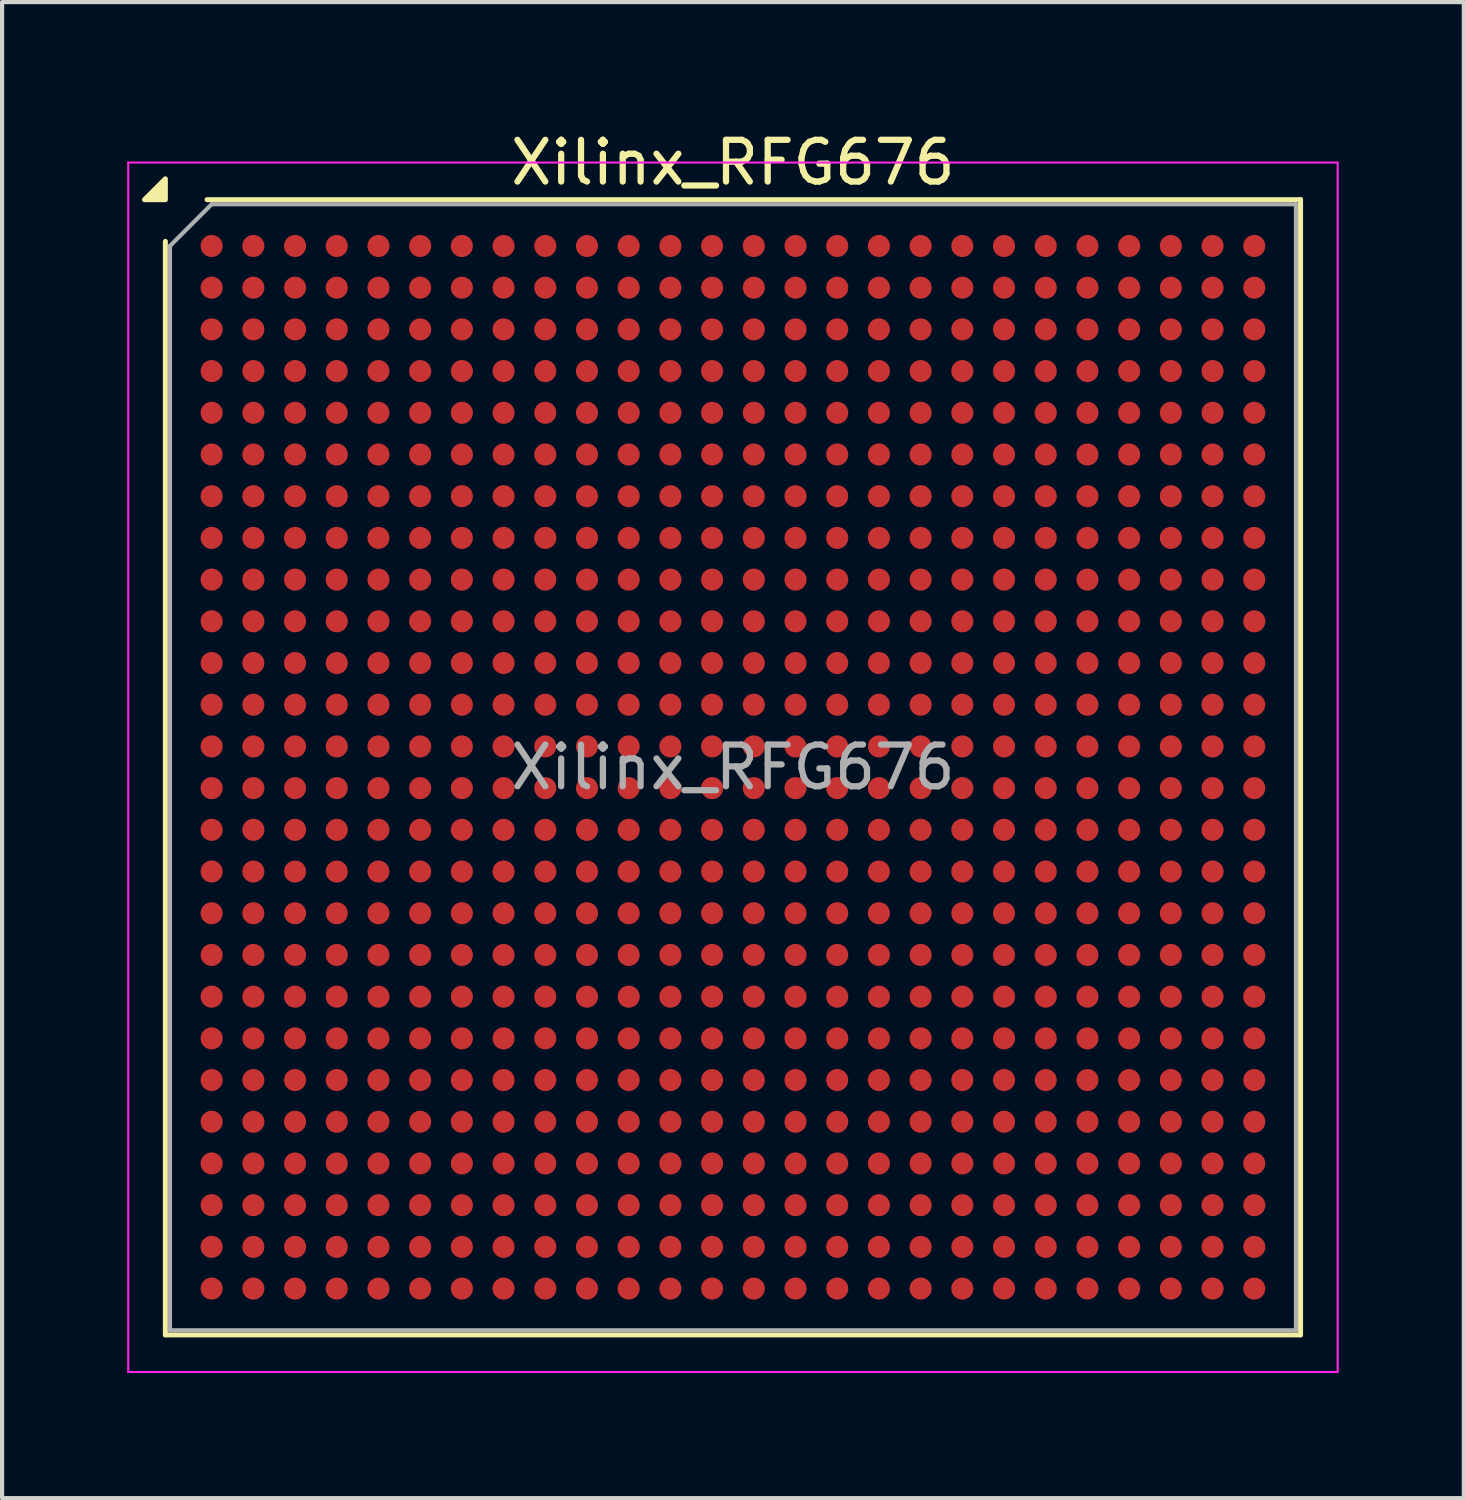
<source format=kicad_pcb>
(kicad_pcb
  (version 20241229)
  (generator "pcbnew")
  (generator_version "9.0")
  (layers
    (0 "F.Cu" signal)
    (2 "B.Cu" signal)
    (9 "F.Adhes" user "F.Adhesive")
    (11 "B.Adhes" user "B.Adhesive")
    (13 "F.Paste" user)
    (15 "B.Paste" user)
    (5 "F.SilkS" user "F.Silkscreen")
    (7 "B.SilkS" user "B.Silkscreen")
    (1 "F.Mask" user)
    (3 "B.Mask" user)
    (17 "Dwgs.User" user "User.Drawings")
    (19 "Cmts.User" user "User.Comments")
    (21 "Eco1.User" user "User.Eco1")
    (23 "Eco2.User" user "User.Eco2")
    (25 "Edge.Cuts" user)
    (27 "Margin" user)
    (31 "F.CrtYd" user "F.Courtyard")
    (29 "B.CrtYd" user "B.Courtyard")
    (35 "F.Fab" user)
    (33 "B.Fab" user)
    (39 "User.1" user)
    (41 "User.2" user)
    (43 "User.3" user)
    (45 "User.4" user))
  (footprint "Xilinx_RFG676"
    (layer "F.Cu")
    (at 14.525 15.348)
    (property "Reference" "Xilinx_RFG676" (at 0 -14.5 0) (layer "F.SilkS") (effects (font (size 1 1) (thickness 0.15))))
    (attr smd)
    (fp_line (start -13.61 13.61) (end -13.61 -12.61) (stroke (width 0.12) (type solid)) (layer "F.SilkS"))
    (fp_line (start -12.61 -13.61) (end 13.61 -13.61) (stroke (width 0.12) (type solid)) (layer "F.SilkS"))
    (fp_line (start 13.61 -13.61) (end 13.61 13.61) (stroke (width 0.12) (type solid)) (layer "F.SilkS"))
    (fp_line (start 13.61 13.61) (end -13.61 13.61) (stroke (width 0.12) (type solid)) (layer "F.SilkS"))
    (fp_poly (pts (xy -13.61 -13.61) (xy -14.11 -13.61) (xy -13.61 -14.11)) (stroke (width 0.12) (type solid)) (fill yes) (layer "F.SilkS"))
    (fp_line (start -14.5 -14.5) (end -14.5 14.5) (stroke (width 0.05) (type solid)) (layer "F.CrtYd"))
    (fp_line (start -14.5 14.5) (end 14.5 14.5) (stroke (width 0.05) (type solid)) (layer "F.CrtYd"))
    (fp_line (start 14.5 -14.5) (end -14.5 -14.5) (stroke (width 0.05) (type solid)) (layer "F.CrtYd"))
    (fp_line (start 14.5 14.5) (end 14.5 -14.5) (stroke (width 0.05) (type solid)) (layer "F.CrtYd"))
    (fp_line (start -13.5 -12.5) (end -12.5 -13.5) (stroke (width 0.1) (type solid)) (layer "F.Fab"))
    (fp_line (start -13.5 13.5) (end -13.5 -12.5) (stroke (width 0.1) (type solid)) (layer "F.Fab"))
    (fp_line (start -12.5 -13.5) (end 13.5 -13.5) (stroke (width 0.1) (type solid)) (layer "F.Fab"))
    (fp_line (start 13.5 -13.5) (end 13.5 13.5) (stroke (width 0.1) (type solid)) (layer "F.Fab"))
    (fp_line (start 13.5 13.5) (end -13.5 13.5) (stroke (width 0.1) (type solid)) (layer "F.Fab"))
    (fp_text user "${REFERENCE}" (at 0 0 0) (layer "F.Fab") (effects (font (size 1 1) (thickness 0.15))))
    (pad "A1" smd circle (at -12.5 -12.5) (size 0.53 0.53) (property pad_prop_bga) (layers "F.Cu" "F.Mask" "F.Paste"))
    (pad "A2" smd circle (at -11.5 -12.5) (size 0.53 0.53) (property pad_prop_bga) (layers "F.Cu" "F.Mask" "F.Paste"))
    (pad "A3" smd circle (at -10.5 -12.5) (size 0.53 0.53) (property pad_prop_bga) (layers "F.Cu" "F.Mask" "F.Paste"))
    (pad "A4" smd circle (at -9.5 -12.5) (size 0.53 0.53) (property pad_prop_bga) (layers "F.Cu" "F.Mask" "F.Paste"))
    (pad "A5" smd circle (at -8.5 -12.5) (size 0.53 0.53) (property pad_prop_bga) (layers "F.Cu" "F.Mask" "F.Paste"))
    (pad "A6" smd circle (at -7.5 -12.5) (size 0.53 0.53) (property pad_prop_bga) (layers "F.Cu" "F.Mask" "F.Paste"))
    (pad "A7" smd circle (at -6.5 -12.5) (size 0.53 0.53) (property pad_prop_bga) (layers "F.Cu" "F.Mask" "F.Paste"))
    (pad "A8" smd circle (at -5.5 -12.5) (size 0.53 0.53) (property pad_prop_bga) (layers "F.Cu" "F.Mask" "F.Paste"))
    (pad "A9" smd circle (at -4.5 -12.5) (size 0.53 0.53) (property pad_prop_bga) (layers "F.Cu" "F.Mask" "F.Paste"))
    (pad "A10" smd circle (at -3.5 -12.5) (size 0.53 0.53) (property pad_prop_bga) (layers "F.Cu" "F.Mask" "F.Paste"))
    (pad "A11" smd circle (at -2.5 -12.5) (size 0.53 0.53) (property pad_prop_bga) (layers "F.Cu" "F.Mask" "F.Paste"))
    (pad "A12" smd circle (at -1.5 -12.5) (size 0.53 0.53) (property pad_prop_bga) (layers "F.Cu" "F.Mask" "F.Paste"))
    (pad "A13" smd circle (at -0.5 -12.5) (size 0.53 0.53) (property pad_prop_bga) (layers "F.Cu" "F.Mask" "F.Paste"))
    (pad "A14" smd circle (at 0.5 -12.5) (size 0.53 0.53) (property pad_prop_bga) (layers "F.Cu" "F.Mask" "F.Paste"))
    (pad "A15" smd circle (at 1.5 -12.5) (size 0.53 0.53) (property pad_prop_bga) (layers "F.Cu" "F.Mask" "F.Paste"))
    (pad "A16" smd circle (at 2.5 -12.5) (size 0.53 0.53) (property pad_prop_bga) (layers "F.Cu" "F.Mask" "F.Paste"))
    (pad "A17" smd circle (at 3.5 -12.5) (size 0.53 0.53) (property pad_prop_bga) (layers "F.Cu" "F.Mask" "F.Paste"))
    (pad "A18" smd circle (at 4.5 -12.5) (size 0.53 0.53) (property pad_prop_bga) (layers "F.Cu" "F.Mask" "F.Paste"))
    (pad "A19" smd circle (at 5.5 -12.5) (size 0.53 0.53) (property pad_prop_bga) (layers "F.Cu" "F.Mask" "F.Paste"))
    (pad "A20" smd circle (at 6.5 -12.5) (size 0.53 0.53) (property pad_prop_bga) (layers "F.Cu" "F.Mask" "F.Paste"))
    (pad "A21" smd circle (at 7.5 -12.5) (size 0.53 0.53) (property pad_prop_bga) (layers "F.Cu" "F.Mask" "F.Paste"))
    (pad "A22" smd circle (at 8.5 -12.5) (size 0.53 0.53) (property pad_prop_bga) (layers "F.Cu" "F.Mask" "F.Paste"))
    (pad "A23" smd circle (at 9.5 -12.5) (size 0.53 0.53) (property pad_prop_bga) (layers "F.Cu" "F.Mask" "F.Paste"))
    (pad "A24" smd circle (at 10.5 -12.5) (size 0.53 0.53) (property pad_prop_bga) (layers "F.Cu" "F.Mask" "F.Paste"))
    (pad "A25" smd circle (at 11.5 -12.5) (size 0.53 0.53) (property pad_prop_bga) (layers "F.Cu" "F.Mask" "F.Paste"))
    (pad "A26" smd circle (at 12.5 -12.5) (size 0.53 0.53) (property pad_prop_bga) (layers "F.Cu" "F.Mask" "F.Paste"))
    (pad "AA1" smd circle (at -12.5 7.5) (size 0.53 0.53) (property pad_prop_bga) (layers "F.Cu" "F.Mask" "F.Paste"))
    (pad "AA2" smd circle (at -11.5 7.5) (size 0.53 0.53) (property pad_prop_bga) (layers "F.Cu" "F.Mask" "F.Paste"))
    (pad "AA3" smd circle (at -10.5 7.5) (size 0.53 0.53) (property pad_prop_bga) (layers "F.Cu" "F.Mask" "F.Paste"))
    (pad "AA4" smd circle (at -9.5 7.5) (size 0.53 0.53) (property pad_prop_bga) (layers "F.Cu" "F.Mask" "F.Paste"))
    (pad "AA5" smd circle (at -8.5 7.5) (size 0.53 0.53) (property pad_prop_bga) (layers "F.Cu" "F.Mask" "F.Paste"))
    (pad "AA6" smd circle (at -7.5 7.5) (size 0.53 0.53) (property pad_prop_bga) (layers "F.Cu" "F.Mask" "F.Paste"))
    (pad "AA7" smd circle (at -6.5 7.5) (size 0.53 0.53) (property pad_prop_bga) (layers "F.Cu" "F.Mask" "F.Paste"))
    (pad "AA8" smd circle (at -5.5 7.5) (size 0.53 0.53) (property pad_prop_bga) (layers "F.Cu" "F.Mask" "F.Paste"))
    (pad "AA9" smd circle (at -4.5 7.5) (size 0.53 0.53) (property pad_prop_bga) (layers "F.Cu" "F.Mask" "F.Paste"))
    (pad "AA10" smd circle (at -3.5 7.5) (size 0.53 0.53) (property pad_prop_bga) (layers "F.Cu" "F.Mask" "F.Paste"))
    (pad "AA11" smd circle (at -2.5 7.5) (size 0.53 0.53) (property pad_prop_bga) (layers "F.Cu" "F.Mask" "F.Paste"))
    (pad "AA12" smd circle (at -1.5 7.5) (size 0.53 0.53) (property pad_prop_bga) (layers "F.Cu" "F.Mask" "F.Paste"))
    (pad "AA13" smd circle (at -0.5 7.5) (size 0.53 0.53) (property pad_prop_bga) (layers "F.Cu" "F.Mask" "F.Paste"))
    (pad "AA14" smd circle (at 0.5 7.5) (size 0.53 0.53) (property pad_prop_bga) (layers "F.Cu" "F.Mask" "F.Paste"))
    (pad "AA15" smd circle (at 1.5 7.5) (size 0.53 0.53) (property pad_prop_bga) (layers "F.Cu" "F.Mask" "F.Paste"))
    (pad "AA16" smd circle (at 2.5 7.5) (size 0.53 0.53) (property pad_prop_bga) (layers "F.Cu" "F.Mask" "F.Paste"))
    (pad "AA17" smd circle (at 3.5 7.5) (size 0.53 0.53) (property pad_prop_bga) (layers "F.Cu" "F.Mask" "F.Paste"))
    (pad "AA18" smd circle (at 4.5 7.5) (size 0.53 0.53) (property pad_prop_bga) (layers "F.Cu" "F.Mask" "F.Paste"))
    (pad "AA19" smd circle (at 5.5 7.5) (size 0.53 0.53) (property pad_prop_bga) (layers "F.Cu" "F.Mask" "F.Paste"))
    (pad "AA20" smd circle (at 6.5 7.5) (size 0.53 0.53) (property pad_prop_bga) (layers "F.Cu" "F.Mask" "F.Paste"))
    (pad "AA21" smd circle (at 7.5 7.5) (size 0.53 0.53) (property pad_prop_bga) (layers "F.Cu" "F.Mask" "F.Paste"))
    (pad "AA22" smd circle (at 8.5 7.5) (size 0.53 0.53) (property pad_prop_bga) (layers "F.Cu" "F.Mask" "F.Paste"))
    (pad "AA23" smd circle (at 9.5 7.5) (size 0.53 0.53) (property pad_prop_bga) (layers "F.Cu" "F.Mask" "F.Paste"))
    (pad "AA24" smd circle (at 10.5 7.5) (size 0.53 0.53) (property pad_prop_bga) (layers "F.Cu" "F.Mask" "F.Paste"))
    (pad "AA25" smd circle (at 11.5 7.5) (size 0.53 0.53) (property pad_prop_bga) (layers "F.Cu" "F.Mask" "F.Paste"))
    (pad "AA26" smd circle (at 12.5 7.5) (size 0.53 0.53) (property pad_prop_bga) (layers "F.Cu" "F.Mask" "F.Paste"))
    (pad "AB1" smd circle (at -12.5 8.5) (size 0.53 0.53) (property pad_prop_bga) (layers "F.Cu" "F.Mask" "F.Paste"))
    (pad "AB2" smd circle (at -11.5 8.5) (size 0.53 0.53) (property pad_prop_bga) (layers "F.Cu" "F.Mask" "F.Paste"))
    (pad "AB3" smd circle (at -10.5 8.5) (size 0.53 0.53) (property pad_prop_bga) (layers "F.Cu" "F.Mask" "F.Paste"))
    (pad "AB4" smd circle (at -9.5 8.5) (size 0.53 0.53) (property pad_prop_bga) (layers "F.Cu" "F.Mask" "F.Paste"))
    (pad "AB5" smd circle (at -8.5 8.5) (size 0.53 0.53) (property pad_prop_bga) (layers "F.Cu" "F.Mask" "F.Paste"))
    (pad "AB6" smd circle (at -7.5 8.5) (size 0.53 0.53) (property pad_prop_bga) (layers "F.Cu" "F.Mask" "F.Paste"))
    (pad "AB7" smd circle (at -6.5 8.5) (size 0.53 0.53) (property pad_prop_bga) (layers "F.Cu" "F.Mask" "F.Paste"))
    (pad "AB8" smd circle (at -5.5 8.5) (size 0.53 0.53) (property pad_prop_bga) (layers "F.Cu" "F.Mask" "F.Paste"))
    (pad "AB9" smd circle (at -4.5 8.5) (size 0.53 0.53) (property pad_prop_bga) (layers "F.Cu" "F.Mask" "F.Paste"))
    (pad "AB10" smd circle (at -3.5 8.5) (size 0.53 0.53) (property pad_prop_bga) (layers "F.Cu" "F.Mask" "F.Paste"))
    (pad "AB11" smd circle (at -2.5 8.5) (size 0.53 0.53) (property pad_prop_bga) (layers "F.Cu" "F.Mask" "F.Paste"))
    (pad "AB12" smd circle (at -1.5 8.5) (size 0.53 0.53) (property pad_prop_bga) (layers "F.Cu" "F.Mask" "F.Paste"))
    (pad "AB13" smd circle (at -0.5 8.5) (size 0.53 0.53) (property pad_prop_bga) (layers "F.Cu" "F.Mask" "F.Paste"))
    (pad "AB14" smd circle (at 0.5 8.5) (size 0.53 0.53) (property pad_prop_bga) (layers "F.Cu" "F.Mask" "F.Paste"))
    (pad "AB15" smd circle (at 1.5 8.5) (size 0.53 0.53) (property pad_prop_bga) (layers "F.Cu" "F.Mask" "F.Paste"))
    (pad "AB16" smd circle (at 2.5 8.5) (size 0.53 0.53) (property pad_prop_bga) (layers "F.Cu" "F.Mask" "F.Paste"))
    (pad "AB17" smd circle (at 3.5 8.5) (size 0.53 0.53) (property pad_prop_bga) (layers "F.Cu" "F.Mask" "F.Paste"))
    (pad "AB18" smd circle (at 4.5 8.5) (size 0.53 0.53) (property pad_prop_bga) (layers "F.Cu" "F.Mask" "F.Paste"))
    (pad "AB19" smd circle (at 5.5 8.5) (size 0.53 0.53) (property pad_prop_bga) (layers "F.Cu" "F.Mask" "F.Paste"))
    (pad "AB20" smd circle (at 6.5 8.5) (size 0.53 0.53) (property pad_prop_bga) (layers "F.Cu" "F.Mask" "F.Paste"))
    (pad "AB21" smd circle (at 7.5 8.5) (size 0.53 0.53) (property pad_prop_bga) (layers "F.Cu" "F.Mask" "F.Paste"))
    (pad "AB22" smd circle (at 8.5 8.5) (size 0.53 0.53) (property pad_prop_bga) (layers "F.Cu" "F.Mask" "F.Paste"))
    (pad "AB23" smd circle (at 9.5 8.5) (size 0.53 0.53) (property pad_prop_bga) (layers "F.Cu" "F.Mask" "F.Paste"))
    (pad "AB24" smd circle (at 10.5 8.5) (size 0.53 0.53) (property pad_prop_bga) (layers "F.Cu" "F.Mask" "F.Paste"))
    (pad "AB25" smd circle (at 11.5 8.5) (size 0.53 0.53) (property pad_prop_bga) (layers "F.Cu" "F.Mask" "F.Paste"))
    (pad "AB26" smd circle (at 12.5 8.5) (size 0.53 0.53) (property pad_prop_bga) (layers "F.Cu" "F.Mask" "F.Paste"))
    (pad "AC1" smd circle (at -12.5 9.5) (size 0.53 0.53) (property pad_prop_bga) (layers "F.Cu" "F.Mask" "F.Paste"))
    (pad "AC2" smd circle (at -11.5 9.5) (size 0.53 0.53) (property pad_prop_bga) (layers "F.Cu" "F.Mask" "F.Paste"))
    (pad "AC3" smd circle (at -10.5 9.5) (size 0.53 0.53) (property pad_prop_bga) (layers "F.Cu" "F.Mask" "F.Paste"))
    (pad "AC4" smd circle (at -9.5 9.5) (size 0.53 0.53) (property pad_prop_bga) (layers "F.Cu" "F.Mask" "F.Paste"))
    (pad "AC5" smd circle (at -8.5 9.5) (size 0.53 0.53) (property pad_prop_bga) (layers "F.Cu" "F.Mask" "F.Paste"))
    (pad "AC6" smd circle (at -7.5 9.5) (size 0.53 0.53) (property pad_prop_bga) (layers "F.Cu" "F.Mask" "F.Paste"))
    (pad "AC7" smd circle (at -6.5 9.5) (size 0.53 0.53) (property pad_prop_bga) (layers "F.Cu" "F.Mask" "F.Paste"))
    (pad "AC8" smd circle (at -5.5 9.5) (size 0.53 0.53) (property pad_prop_bga) (layers "F.Cu" "F.Mask" "F.Paste"))
    (pad "AC9" smd circle (at -4.5 9.5) (size 0.53 0.53) (property pad_prop_bga) (layers "F.Cu" "F.Mask" "F.Paste"))
    (pad "AC10" smd circle (at -3.5 9.5) (size 0.53 0.53) (property pad_prop_bga) (layers "F.Cu" "F.Mask" "F.Paste"))
    (pad "AC11" smd circle (at -2.5 9.5) (size 0.53 0.53) (property pad_prop_bga) (layers "F.Cu" "F.Mask" "F.Paste"))
    (pad "AC12" smd circle (at -1.5 9.5) (size 0.53 0.53) (property pad_prop_bga) (layers "F.Cu" "F.Mask" "F.Paste"))
    (pad "AC13" smd circle (at -0.5 9.5) (size 0.53 0.53) (property pad_prop_bga) (layers "F.Cu" "F.Mask" "F.Paste"))
    (pad "AC14" smd circle (at 0.5 9.5) (size 0.53 0.53) (property pad_prop_bga) (layers "F.Cu" "F.Mask" "F.Paste"))
    (pad "AC15" smd circle (at 1.5 9.5) (size 0.53 0.53) (property pad_prop_bga) (layers "F.Cu" "F.Mask" "F.Paste"))
    (pad "AC16" smd circle (at 2.5 9.5) (size 0.53 0.53) (property pad_prop_bga) (layers "F.Cu" "F.Mask" "F.Paste"))
    (pad "AC17" smd circle (at 3.5 9.5) (size 0.53 0.53) (property pad_prop_bga) (layers "F.Cu" "F.Mask" "F.Paste"))
    (pad "AC18" smd circle (at 4.5 9.5) (size 0.53 0.53) (property pad_prop_bga) (layers "F.Cu" "F.Mask" "F.Paste"))
    (pad "AC19" smd circle (at 5.5 9.5) (size 0.53 0.53) (property pad_prop_bga) (layers "F.Cu" "F.Mask" "F.Paste"))
    (pad "AC20" smd circle (at 6.5 9.5) (size 0.53 0.53) (property pad_prop_bga) (layers "F.Cu" "F.Mask" "F.Paste"))
    (pad "AC21" smd circle (at 7.5 9.5) (size 0.53 0.53) (property pad_prop_bga) (layers "F.Cu" "F.Mask" "F.Paste"))
    (pad "AC22" smd circle (at 8.5 9.5) (size 0.53 0.53) (property pad_prop_bga) (layers "F.Cu" "F.Mask" "F.Paste"))
    (pad "AC23" smd circle (at 9.5 9.5) (size 0.53 0.53) (property pad_prop_bga) (layers "F.Cu" "F.Mask" "F.Paste"))
    (pad "AC24" smd circle (at 10.5 9.5) (size 0.53 0.53) (property pad_prop_bga) (layers "F.Cu" "F.Mask" "F.Paste"))
    (pad "AC25" smd circle (at 11.5 9.5) (size 0.53 0.53) (property pad_prop_bga) (layers "F.Cu" "F.Mask" "F.Paste"))
    (pad "AC26" smd circle (at 12.5 9.5) (size 0.53 0.53) (property pad_prop_bga) (layers "F.Cu" "F.Mask" "F.Paste"))
    (pad "AD1" smd circle (at -12.5 10.5) (size 0.53 0.53) (property pad_prop_bga) (layers "F.Cu" "F.Mask" "F.Paste"))
    (pad "AD2" smd circle (at -11.5 10.5) (size 0.53 0.53) (property pad_prop_bga) (layers "F.Cu" "F.Mask" "F.Paste"))
    (pad "AD3" smd circle (at -10.5 10.5) (size 0.53 0.53) (property pad_prop_bga) (layers "F.Cu" "F.Mask" "F.Paste"))
    (pad "AD4" smd circle (at -9.5 10.5) (size 0.53 0.53) (property pad_prop_bga) (layers "F.Cu" "F.Mask" "F.Paste"))
    (pad "AD5" smd circle (at -8.5 10.5) (size 0.53 0.53) (property pad_prop_bga) (layers "F.Cu" "F.Mask" "F.Paste"))
    (pad "AD6" smd circle (at -7.5 10.5) (size 0.53 0.53) (property pad_prop_bga) (layers "F.Cu" "F.Mask" "F.Paste"))
    (pad "AD7" smd circle (at -6.5 10.5) (size 0.53 0.53) (property pad_prop_bga) (layers "F.Cu" "F.Mask" "F.Paste"))
    (pad "AD8" smd circle (at -5.5 10.5) (size 0.53 0.53) (property pad_prop_bga) (layers "F.Cu" "F.Mask" "F.Paste"))
    (pad "AD9" smd circle (at -4.5 10.5) (size 0.53 0.53) (property pad_prop_bga) (layers "F.Cu" "F.Mask" "F.Paste"))
    (pad "AD10" smd circle (at -3.5 10.5) (size 0.53 0.53) (property pad_prop_bga) (layers "F.Cu" "F.Mask" "F.Paste"))
    (pad "AD11" smd circle (at -2.5 10.5) (size 0.53 0.53) (property pad_prop_bga) (layers "F.Cu" "F.Mask" "F.Paste"))
    (pad "AD12" smd circle (at -1.5 10.5) (size 0.53 0.53) (property pad_prop_bga) (layers "F.Cu" "F.Mask" "F.Paste"))
    (pad "AD13" smd circle (at -0.5 10.5) (size 0.53 0.53) (property pad_prop_bga) (layers "F.Cu" "F.Mask" "F.Paste"))
    (pad "AD14" smd circle (at 0.5 10.5) (size 0.53 0.53) (property pad_prop_bga) (layers "F.Cu" "F.Mask" "F.Paste"))
    (pad "AD15" smd circle (at 1.5 10.5) (size 0.53 0.53) (property pad_prop_bga) (layers "F.Cu" "F.Mask" "F.Paste"))
    (pad "AD16" smd circle (at 2.5 10.5) (size 0.53 0.53) (property pad_prop_bga) (layers "F.Cu" "F.Mask" "F.Paste"))
    (pad "AD17" smd circle (at 3.5 10.5) (size 0.53 0.53) (property pad_prop_bga) (layers "F.Cu" "F.Mask" "F.Paste"))
    (pad "AD18" smd circle (at 4.5 10.5) (size 0.53 0.53) (property pad_prop_bga) (layers "F.Cu" "F.Mask" "F.Paste"))
    (pad "AD19" smd circle (at 5.5 10.5) (size 0.53 0.53) (property pad_prop_bga) (layers "F.Cu" "F.Mask" "F.Paste"))
    (pad "AD20" smd circle (at 6.5 10.5) (size 0.53 0.53) (property pad_prop_bga) (layers "F.Cu" "F.Mask" "F.Paste"))
    (pad "AD21" smd circle (at 7.5 10.5) (size 0.53 0.53) (property pad_prop_bga) (layers "F.Cu" "F.Mask" "F.Paste"))
    (pad "AD22" smd circle (at 8.5 10.5) (size 0.53 0.53) (property pad_prop_bga) (layers "F.Cu" "F.Mask" "F.Paste"))
    (pad "AD23" smd circle (at 9.5 10.5) (size 0.53 0.53) (property pad_prop_bga) (layers "F.Cu" "F.Mask" "F.Paste"))
    (pad "AD24" smd circle (at 10.5 10.5) (size 0.53 0.53) (property pad_prop_bga) (layers "F.Cu" "F.Mask" "F.Paste"))
    (pad "AD25" smd circle (at 11.5 10.5) (size 0.53 0.53) (property pad_prop_bga) (layers "F.Cu" "F.Mask" "F.Paste"))
    (pad "AD26" smd circle (at 12.5 10.5) (size 0.53 0.53) (property pad_prop_bga) (layers "F.Cu" "F.Mask" "F.Paste"))
    (pad "AE1" smd circle (at -12.5 11.5) (size 0.53 0.53) (property pad_prop_bga) (layers "F.Cu" "F.Mask" "F.Paste"))
    (pad "AE2" smd circle (at -11.5 11.5) (size 0.53 0.53) (property pad_prop_bga) (layers "F.Cu" "F.Mask" "F.Paste"))
    (pad "AE3" smd circle (at -10.5 11.5) (size 0.53 0.53) (property pad_prop_bga) (layers "F.Cu" "F.Mask" "F.Paste"))
    (pad "AE4" smd circle (at -9.5 11.5) (size 0.53 0.53) (property pad_prop_bga) (layers "F.Cu" "F.Mask" "F.Paste"))
    (pad "AE5" smd circle (at -8.5 11.5) (size 0.53 0.53) (property pad_prop_bga) (layers "F.Cu" "F.Mask" "F.Paste"))
    (pad "AE6" smd circle (at -7.5 11.5) (size 0.53 0.53) (property pad_prop_bga) (layers "F.Cu" "F.Mask" "F.Paste"))
    (pad "AE7" smd circle (at -6.5 11.5) (size 0.53 0.53) (property pad_prop_bga) (layers "F.Cu" "F.Mask" "F.Paste"))
    (pad "AE8" smd circle (at -5.5 11.5) (size 0.53 0.53) (property pad_prop_bga) (layers "F.Cu" "F.Mask" "F.Paste"))
    (pad "AE9" smd circle (at -4.5 11.5) (size 0.53 0.53) (property pad_prop_bga) (layers "F.Cu" "F.Mask" "F.Paste"))
    (pad "AE10" smd circle (at -3.5 11.5) (size 0.53 0.53) (property pad_prop_bga) (layers "F.Cu" "F.Mask" "F.Paste"))
    (pad "AE11" smd circle (at -2.5 11.5) (size 0.53 0.53) (property pad_prop_bga) (layers "F.Cu" "F.Mask" "F.Paste"))
    (pad "AE12" smd circle (at -1.5 11.5) (size 0.53 0.53) (property pad_prop_bga) (layers "F.Cu" "F.Mask" "F.Paste"))
    (pad "AE13" smd circle (at -0.5 11.5) (size 0.53 0.53) (property pad_prop_bga) (layers "F.Cu" "F.Mask" "F.Paste"))
    (pad "AE14" smd circle (at 0.5 11.5) (size 0.53 0.53) (property pad_prop_bga) (layers "F.Cu" "F.Mask" "F.Paste"))
    (pad "AE15" smd circle (at 1.5 11.5) (size 0.53 0.53) (property pad_prop_bga) (layers "F.Cu" "F.Mask" "F.Paste"))
    (pad "AE16" smd circle (at 2.5 11.5) (size 0.53 0.53) (property pad_prop_bga) (layers "F.Cu" "F.Mask" "F.Paste"))
    (pad "AE17" smd circle (at 3.5 11.5) (size 0.53 0.53) (property pad_prop_bga) (layers "F.Cu" "F.Mask" "F.Paste"))
    (pad "AE18" smd circle (at 4.5 11.5) (size 0.53 0.53) (property pad_prop_bga) (layers "F.Cu" "F.Mask" "F.Paste"))
    (pad "AE19" smd circle (at 5.5 11.5) (size 0.53 0.53) (property pad_prop_bga) (layers "F.Cu" "F.Mask" "F.Paste"))
    (pad "AE20" smd circle (at 6.5 11.5) (size 0.53 0.53) (property pad_prop_bga) (layers "F.Cu" "F.Mask" "F.Paste"))
    (pad "AE21" smd circle (at 7.5 11.5) (size 0.53 0.53) (property pad_prop_bga) (layers "F.Cu" "F.Mask" "F.Paste"))
    (pad "AE22" smd circle (at 8.5 11.5) (size 0.53 0.53) (property pad_prop_bga) (layers "F.Cu" "F.Mask" "F.Paste"))
    (pad "AE23" smd circle (at 9.5 11.5) (size 0.53 0.53) (property pad_prop_bga) (layers "F.Cu" "F.Mask" "F.Paste"))
    (pad "AE24" smd circle (at 10.5 11.5) (size 0.53 0.53) (property pad_prop_bga) (layers "F.Cu" "F.Mask" "F.Paste"))
    (pad "AE25" smd circle (at 11.5 11.5) (size 0.53 0.53) (property pad_prop_bga) (layers "F.Cu" "F.Mask" "F.Paste"))
    (pad "AE26" smd circle (at 12.5 11.5) (size 0.53 0.53) (property pad_prop_bga) (layers "F.Cu" "F.Mask" "F.Paste"))
    (pad "AF1" smd circle (at -12.5 12.5) (size 0.53 0.53) (property pad_prop_bga) (layers "F.Cu" "F.Mask" "F.Paste"))
    (pad "AF2" smd circle (at -11.5 12.5) (size 0.53 0.53) (property pad_prop_bga) (layers "F.Cu" "F.Mask" "F.Paste"))
    (pad "AF3" smd circle (at -10.5 12.5) (size 0.53 0.53) (property pad_prop_bga) (layers "F.Cu" "F.Mask" "F.Paste"))
    (pad "AF4" smd circle (at -9.5 12.5) (size 0.53 0.53) (property pad_prop_bga) (layers "F.Cu" "F.Mask" "F.Paste"))
    (pad "AF5" smd circle (at -8.5 12.5) (size 0.53 0.53) (property pad_prop_bga) (layers "F.Cu" "F.Mask" "F.Paste"))
    (pad "AF6" smd circle (at -7.5 12.5) (size 0.53 0.53) (property pad_prop_bga) (layers "F.Cu" "F.Mask" "F.Paste"))
    (pad "AF7" smd circle (at -6.5 12.5) (size 0.53 0.53) (property pad_prop_bga) (layers "F.Cu" "F.Mask" "F.Paste"))
    (pad "AF8" smd circle (at -5.5 12.5) (size 0.53 0.53) (property pad_prop_bga) (layers "F.Cu" "F.Mask" "F.Paste"))
    (pad "AF9" smd circle (at -4.5 12.5) (size 0.53 0.53) (property pad_prop_bga) (layers "F.Cu" "F.Mask" "F.Paste"))
    (pad "AF10" smd circle (at -3.5 12.5) (size 0.53 0.53) (property pad_prop_bga) (layers "F.Cu" "F.Mask" "F.Paste"))
    (pad "AF11" smd circle (at -2.5 12.5) (size 0.53 0.53) (property pad_prop_bga) (layers "F.Cu" "F.Mask" "F.Paste"))
    (pad "AF12" smd circle (at -1.5 12.5) (size 0.53 0.53) (property pad_prop_bga) (layers "F.Cu" "F.Mask" "F.Paste"))
    (pad "AF13" smd circle (at -0.5 12.5) (size 0.53 0.53) (property pad_prop_bga) (layers "F.Cu" "F.Mask" "F.Paste"))
    (pad "AF14" smd circle (at 0.5 12.5) (size 0.53 0.53) (property pad_prop_bga) (layers "F.Cu" "F.Mask" "F.Paste"))
    (pad "AF15" smd circle (at 1.5 12.5) (size 0.53 0.53) (property pad_prop_bga) (layers "F.Cu" "F.Mask" "F.Paste"))
    (pad "AF16" smd circle (at 2.5 12.5) (size 0.53 0.53) (property pad_prop_bga) (layers "F.Cu" "F.Mask" "F.Paste"))
    (pad "AF17" smd circle (at 3.5 12.5) (size 0.53 0.53) (property pad_prop_bga) (layers "F.Cu" "F.Mask" "F.Paste"))
    (pad "AF18" smd circle (at 4.5 12.5) (size 0.53 0.53) (property pad_prop_bga) (layers "F.Cu" "F.Mask" "F.Paste"))
    (pad "AF19" smd circle (at 5.5 12.5) (size 0.53 0.53) (property pad_prop_bga) (layers "F.Cu" "F.Mask" "F.Paste"))
    (pad "AF20" smd circle (at 6.5 12.5) (size 0.53 0.53) (property pad_prop_bga) (layers "F.Cu" "F.Mask" "F.Paste"))
    (pad "AF21" smd circle (at 7.5 12.5) (size 0.53 0.53) (property pad_prop_bga) (layers "F.Cu" "F.Mask" "F.Paste"))
    (pad "AF22" smd circle (at 8.5 12.5) (size 0.53 0.53) (property pad_prop_bga) (layers "F.Cu" "F.Mask" "F.Paste"))
    (pad "AF23" smd circle (at 9.5 12.5) (size 0.53 0.53) (property pad_prop_bga) (layers "F.Cu" "F.Mask" "F.Paste"))
    (pad "AF24" smd circle (at 10.5 12.5) (size 0.53 0.53) (property pad_prop_bga) (layers "F.Cu" "F.Mask" "F.Paste"))
    (pad "AF25" smd circle (at 11.5 12.5) (size 0.53 0.53) (property pad_prop_bga) (layers "F.Cu" "F.Mask" "F.Paste"))
    (pad "AF26" smd circle (at 12.5 12.5) (size 0.53 0.53) (property pad_prop_bga) (layers "F.Cu" "F.Mask" "F.Paste"))
    (pad "B1" smd circle (at -12.5 -11.5) (size 0.53 0.53) (property pad_prop_bga) (layers "F.Cu" "F.Mask" "F.Paste"))
    (pad "B2" smd circle (at -11.5 -11.5) (size 0.53 0.53) (property pad_prop_bga) (layers "F.Cu" "F.Mask" "F.Paste"))
    (pad "B3" smd circle (at -10.5 -11.5) (size 0.53 0.53) (property pad_prop_bga) (layers "F.Cu" "F.Mask" "F.Paste"))
    (pad "B4" smd circle (at -9.5 -11.5) (size 0.53 0.53) (property pad_prop_bga) (layers "F.Cu" "F.Mask" "F.Paste"))
    (pad "B5" smd circle (at -8.5 -11.5) (size 0.53 0.53) (property pad_prop_bga) (layers "F.Cu" "F.Mask" "F.Paste"))
    (pad "B6" smd circle (at -7.5 -11.5) (size 0.53 0.53) (property pad_prop_bga) (layers "F.Cu" "F.Mask" "F.Paste"))
    (pad "B7" smd circle (at -6.5 -11.5) (size 0.53 0.53) (property pad_prop_bga) (layers "F.Cu" "F.Mask" "F.Paste"))
    (pad "B8" smd circle (at -5.5 -11.5) (size 0.53 0.53) (property pad_prop_bga) (layers "F.Cu" "F.Mask" "F.Paste"))
    (pad "B9" smd circle (at -4.5 -11.5) (size 0.53 0.53) (property pad_prop_bga) (layers "F.Cu" "F.Mask" "F.Paste"))
    (pad "B10" smd circle (at -3.5 -11.5) (size 0.53 0.53) (property pad_prop_bga) (layers "F.Cu" "F.Mask" "F.Paste"))
    (pad "B11" smd circle (at -2.5 -11.5) (size 0.53 0.53) (property pad_prop_bga) (layers "F.Cu" "F.Mask" "F.Paste"))
    (pad "B12" smd circle (at -1.5 -11.5) (size 0.53 0.53) (property pad_prop_bga) (layers "F.Cu" "F.Mask" "F.Paste"))
    (pad "B13" smd circle (at -0.5 -11.5) (size 0.53 0.53) (property pad_prop_bga) (layers "F.Cu" "F.Mask" "F.Paste"))
    (pad "B14" smd circle (at 0.5 -11.5) (size 0.53 0.53) (property pad_prop_bga) (layers "F.Cu" "F.Mask" "F.Paste"))
    (pad "B15" smd circle (at 1.5 -11.5) (size 0.53 0.53) (property pad_prop_bga) (layers "F.Cu" "F.Mask" "F.Paste"))
    (pad "B16" smd circle (at 2.5 -11.5) (size 0.53 0.53) (property pad_prop_bga) (layers "F.Cu" "F.Mask" "F.Paste"))
    (pad "B17" smd circle (at 3.5 -11.5) (size 0.53 0.53) (property pad_prop_bga) (layers "F.Cu" "F.Mask" "F.Paste"))
    (pad "B18" smd circle (at 4.5 -11.5) (size 0.53 0.53) (property pad_prop_bga) (layers "F.Cu" "F.Mask" "F.Paste"))
    (pad "B19" smd circle (at 5.5 -11.5) (size 0.53 0.53) (property pad_prop_bga) (layers "F.Cu" "F.Mask" "F.Paste"))
    (pad "B20" smd circle (at 6.5 -11.5) (size 0.53 0.53) (property pad_prop_bga) (layers "F.Cu" "F.Mask" "F.Paste"))
    (pad "B21" smd circle (at 7.5 -11.5) (size 0.53 0.53) (property pad_prop_bga) (layers "F.Cu" "F.Mask" "F.Paste"))
    (pad "B22" smd circle (at 8.5 -11.5) (size 0.53 0.53) (property pad_prop_bga) (layers "F.Cu" "F.Mask" "F.Paste"))
    (pad "B23" smd circle (at 9.5 -11.5) (size 0.53 0.53) (property pad_prop_bga) (layers "F.Cu" "F.Mask" "F.Paste"))
    (pad "B24" smd circle (at 10.5 -11.5) (size 0.53 0.53) (property pad_prop_bga) (layers "F.Cu" "F.Mask" "F.Paste"))
    (pad "B25" smd circle (at 11.5 -11.5) (size 0.53 0.53) (property pad_prop_bga) (layers "F.Cu" "F.Mask" "F.Paste"))
    (pad "B26" smd circle (at 12.5 -11.5) (size 0.53 0.53) (property pad_prop_bga) (layers "F.Cu" "F.Mask" "F.Paste"))
    (pad "C1" smd circle (at -12.5 -10.5) (size 0.53 0.53) (property pad_prop_bga) (layers "F.Cu" "F.Mask" "F.Paste"))
    (pad "C2" smd circle (at -11.5 -10.5) (size 0.53 0.53) (property pad_prop_bga) (layers "F.Cu" "F.Mask" "F.Paste"))
    (pad "C3" smd circle (at -10.5 -10.5) (size 0.53 0.53) (property pad_prop_bga) (layers "F.Cu" "F.Mask" "F.Paste"))
    (pad "C4" smd circle (at -9.5 -10.5) (size 0.53 0.53) (property pad_prop_bga) (layers "F.Cu" "F.Mask" "F.Paste"))
    (pad "C5" smd circle (at -8.5 -10.5) (size 0.53 0.53) (property pad_prop_bga) (layers "F.Cu" "F.Mask" "F.Paste"))
    (pad "C6" smd circle (at -7.5 -10.5) (size 0.53 0.53) (property pad_prop_bga) (layers "F.Cu" "F.Mask" "F.Paste"))
    (pad "C7" smd circle (at -6.5 -10.5) (size 0.53 0.53) (property pad_prop_bga) (layers "F.Cu" "F.Mask" "F.Paste"))
    (pad "C8" smd circle (at -5.5 -10.5) (size 0.53 0.53) (property pad_prop_bga) (layers "F.Cu" "F.Mask" "F.Paste"))
    (pad "C9" smd circle (at -4.5 -10.5) (size 0.53 0.53) (property pad_prop_bga) (layers "F.Cu" "F.Mask" "F.Paste"))
    (pad "C10" smd circle (at -3.5 -10.5) (size 0.53 0.53) (property pad_prop_bga) (layers "F.Cu" "F.Mask" "F.Paste"))
    (pad "C11" smd circle (at -2.5 -10.5) (size 0.53 0.53) (property pad_prop_bga) (layers "F.Cu" "F.Mask" "F.Paste"))
    (pad "C12" smd circle (at -1.5 -10.5) (size 0.53 0.53) (property pad_prop_bga) (layers "F.Cu" "F.Mask" "F.Paste"))
    (pad "C13" smd circle (at -0.5 -10.5) (size 0.53 0.53) (property pad_prop_bga) (layers "F.Cu" "F.Mask" "F.Paste"))
    (pad "C14" smd circle (at 0.5 -10.5) (size 0.53 0.53) (property pad_prop_bga) (layers "F.Cu" "F.Mask" "F.Paste"))
    (pad "C15" smd circle (at 1.5 -10.5) (size 0.53 0.53) (property pad_prop_bga) (layers "F.Cu" "F.Mask" "F.Paste"))
    (pad "C16" smd circle (at 2.5 -10.5) (size 0.53 0.53) (property pad_prop_bga) (layers "F.Cu" "F.Mask" "F.Paste"))
    (pad "C17" smd circle (at 3.5 -10.5) (size 0.53 0.53) (property pad_prop_bga) (layers "F.Cu" "F.Mask" "F.Paste"))
    (pad "C18" smd circle (at 4.5 -10.5) (size 0.53 0.53) (property pad_prop_bga) (layers "F.Cu" "F.Mask" "F.Paste"))
    (pad "C19" smd circle (at 5.5 -10.5) (size 0.53 0.53) (property pad_prop_bga) (layers "F.Cu" "F.Mask" "F.Paste"))
    (pad "C20" smd circle (at 6.5 -10.5) (size 0.53 0.53) (property pad_prop_bga) (layers "F.Cu" "F.Mask" "F.Paste"))
    (pad "C21" smd circle (at 7.5 -10.5) (size 0.53 0.53) (property pad_prop_bga) (layers "F.Cu" "F.Mask" "F.Paste"))
    (pad "C22" smd circle (at 8.5 -10.5) (size 0.53 0.53) (property pad_prop_bga) (layers "F.Cu" "F.Mask" "F.Paste"))
    (pad "C23" smd circle (at 9.5 -10.5) (size 0.53 0.53) (property pad_prop_bga) (layers "F.Cu" "F.Mask" "F.Paste"))
    (pad "C24" smd circle (at 10.5 -10.5) (size 0.53 0.53) (property pad_prop_bga) (layers "F.Cu" "F.Mask" "F.Paste"))
    (pad "C25" smd circle (at 11.5 -10.5) (size 0.53 0.53) (property pad_prop_bga) (layers "F.Cu" "F.Mask" "F.Paste"))
    (pad "C26" smd circle (at 12.5 -10.5) (size 0.53 0.53) (property pad_prop_bga) (layers "F.Cu" "F.Mask" "F.Paste"))
    (pad "D1" smd circle (at -12.5 -9.5) (size 0.53 0.53) (property pad_prop_bga) (layers "F.Cu" "F.Mask" "F.Paste"))
    (pad "D2" smd circle (at -11.5 -9.5) (size 0.53 0.53) (property pad_prop_bga) (layers "F.Cu" "F.Mask" "F.Paste"))
    (pad "D3" smd circle (at -10.5 -9.5) (size 0.53 0.53) (property pad_prop_bga) (layers "F.Cu" "F.Mask" "F.Paste"))
    (pad "D4" smd circle (at -9.5 -9.5) (size 0.53 0.53) (property pad_prop_bga) (layers "F.Cu" "F.Mask" "F.Paste"))
    (pad "D5" smd circle (at -8.5 -9.5) (size 0.53 0.53) (property pad_prop_bga) (layers "F.Cu" "F.Mask" "F.Paste"))
    (pad "D6" smd circle (at -7.5 -9.5) (size 0.53 0.53) (property pad_prop_bga) (layers "F.Cu" "F.Mask" "F.Paste"))
    (pad "D7" smd circle (at -6.5 -9.5) (size 0.53 0.53) (property pad_prop_bga) (layers "F.Cu" "F.Mask" "F.Paste"))
    (pad "D8" smd circle (at -5.5 -9.5) (size 0.53 0.53) (property pad_prop_bga) (layers "F.Cu" "F.Mask" "F.Paste"))
    (pad "D9" smd circle (at -4.5 -9.5) (size 0.53 0.53) (property pad_prop_bga) (layers "F.Cu" "F.Mask" "F.Paste"))
    (pad "D10" smd circle (at -3.5 -9.5) (size 0.53 0.53) (property pad_prop_bga) (layers "F.Cu" "F.Mask" "F.Paste"))
    (pad "D11" smd circle (at -2.5 -9.5) (size 0.53 0.53) (property pad_prop_bga) (layers "F.Cu" "F.Mask" "F.Paste"))
    (pad "D12" smd circle (at -1.5 -9.5) (size 0.53 0.53) (property pad_prop_bga) (layers "F.Cu" "F.Mask" "F.Paste"))
    (pad "D13" smd circle (at -0.5 -9.5) (size 0.53 0.53) (property pad_prop_bga) (layers "F.Cu" "F.Mask" "F.Paste"))
    (pad "D14" smd circle (at 0.5 -9.5) (size 0.53 0.53) (property pad_prop_bga) (layers "F.Cu" "F.Mask" "F.Paste"))
    (pad "D15" smd circle (at 1.5 -9.5) (size 0.53 0.53) (property pad_prop_bga) (layers "F.Cu" "F.Mask" "F.Paste"))
    (pad "D16" smd circle (at 2.5 -9.5) (size 0.53 0.53) (property pad_prop_bga) (layers "F.Cu" "F.Mask" "F.Paste"))
    (pad "D17" smd circle (at 3.5 -9.5) (size 0.53 0.53) (property pad_prop_bga) (layers "F.Cu" "F.Mask" "F.Paste"))
    (pad "D18" smd circle (at 4.5 -9.5) (size 0.53 0.53) (property pad_prop_bga) (layers "F.Cu" "F.Mask" "F.Paste"))
    (pad "D19" smd circle (at 5.5 -9.5) (size 0.53 0.53) (property pad_prop_bga) (layers "F.Cu" "F.Mask" "F.Paste"))
    (pad "D20" smd circle (at 6.5 -9.5) (size 0.53 0.53) (property pad_prop_bga) (layers "F.Cu" "F.Mask" "F.Paste"))
    (pad "D21" smd circle (at 7.5 -9.5) (size 0.53 0.53) (property pad_prop_bga) (layers "F.Cu" "F.Mask" "F.Paste"))
    (pad "D22" smd circle (at 8.5 -9.5) (size 0.53 0.53) (property pad_prop_bga) (layers "F.Cu" "F.Mask" "F.Paste"))
    (pad "D23" smd circle (at 9.5 -9.5) (size 0.53 0.53) (property pad_prop_bga) (layers "F.Cu" "F.Mask" "F.Paste"))
    (pad "D24" smd circle (at 10.5 -9.5) (size 0.53 0.53) (property pad_prop_bga) (layers "F.Cu" "F.Mask" "F.Paste"))
    (pad "D25" smd circle (at 11.5 -9.5) (size 0.53 0.53) (property pad_prop_bga) (layers "F.Cu" "F.Mask" "F.Paste"))
    (pad "D26" smd circle (at 12.5 -9.5) (size 0.53 0.53) (property pad_prop_bga) (layers "F.Cu" "F.Mask" "F.Paste"))
    (pad "E1" smd circle (at -12.5 -8.5) (size 0.53 0.53) (property pad_prop_bga) (layers "F.Cu" "F.Mask" "F.Paste"))
    (pad "E2" smd circle (at -11.5 -8.5) (size 0.53 0.53) (property pad_prop_bga) (layers "F.Cu" "F.Mask" "F.Paste"))
    (pad "E3" smd circle (at -10.5 -8.5) (size 0.53 0.53) (property pad_prop_bga) (layers "F.Cu" "F.Mask" "F.Paste"))
    (pad "E4" smd circle (at -9.5 -8.5) (size 0.53 0.53) (property pad_prop_bga) (layers "F.Cu" "F.Mask" "F.Paste"))
    (pad "E5" smd circle (at -8.5 -8.5) (size 0.53 0.53) (property pad_prop_bga) (layers "F.Cu" "F.Mask" "F.Paste"))
    (pad "E6" smd circle (at -7.5 -8.5) (size 0.53 0.53) (property pad_prop_bga) (layers "F.Cu" "F.Mask" "F.Paste"))
    (pad "E7" smd circle (at -6.5 -8.5) (size 0.53 0.53) (property pad_prop_bga) (layers "F.Cu" "F.Mask" "F.Paste"))
    (pad "E8" smd circle (at -5.5 -8.5) (size 0.53 0.53) (property pad_prop_bga) (layers "F.Cu" "F.Mask" "F.Paste"))
    (pad "E9" smd circle (at -4.5 -8.5) (size 0.53 0.53) (property pad_prop_bga) (layers "F.Cu" "F.Mask" "F.Paste"))
    (pad "E10" smd circle (at -3.5 -8.5) (size 0.53 0.53) (property pad_prop_bga) (layers "F.Cu" "F.Mask" "F.Paste"))
    (pad "E11" smd circle (at -2.5 -8.5) (size 0.53 0.53) (property pad_prop_bga) (layers "F.Cu" "F.Mask" "F.Paste"))
    (pad "E12" smd circle (at -1.5 -8.5) (size 0.53 0.53) (property pad_prop_bga) (layers "F.Cu" "F.Mask" "F.Paste"))
    (pad "E13" smd circle (at -0.5 -8.5) (size 0.53 0.53) (property pad_prop_bga) (layers "F.Cu" "F.Mask" "F.Paste"))
    (pad "E14" smd circle (at 0.5 -8.5) (size 0.53 0.53) (property pad_prop_bga) (layers "F.Cu" "F.Mask" "F.Paste"))
    (pad "E15" smd circle (at 1.5 -8.5) (size 0.53 0.53) (property pad_prop_bga) (layers "F.Cu" "F.Mask" "F.Paste"))
    (pad "E16" smd circle (at 2.5 -8.5) (size 0.53 0.53) (property pad_prop_bga) (layers "F.Cu" "F.Mask" "F.Paste"))
    (pad "E17" smd circle (at 3.5 -8.5) (size 0.53 0.53) (property pad_prop_bga) (layers "F.Cu" "F.Mask" "F.Paste"))
    (pad "E18" smd circle (at 4.5 -8.5) (size 0.53 0.53) (property pad_prop_bga) (layers "F.Cu" "F.Mask" "F.Paste"))
    (pad "E19" smd circle (at 5.5 -8.5) (size 0.53 0.53) (property pad_prop_bga) (layers "F.Cu" "F.Mask" "F.Paste"))
    (pad "E20" smd circle (at 6.5 -8.5) (size 0.53 0.53) (property pad_prop_bga) (layers "F.Cu" "F.Mask" "F.Paste"))
    (pad "E21" smd circle (at 7.5 -8.5) (size 0.53 0.53) (property pad_prop_bga) (layers "F.Cu" "F.Mask" "F.Paste"))
    (pad "E22" smd circle (at 8.5 -8.5) (size 0.53 0.53) (property pad_prop_bga) (layers "F.Cu" "F.Mask" "F.Paste"))
    (pad "E23" smd circle (at 9.5 -8.5) (size 0.53 0.53) (property pad_prop_bga) (layers "F.Cu" "F.Mask" "F.Paste"))
    (pad "E24" smd circle (at 10.5 -8.5) (size 0.53 0.53) (property pad_prop_bga) (layers "F.Cu" "F.Mask" "F.Paste"))
    (pad "E25" smd circle (at 11.5 -8.5) (size 0.53 0.53) (property pad_prop_bga) (layers "F.Cu" "F.Mask" "F.Paste"))
    (pad "E26" smd circle (at 12.5 -8.5) (size 0.53 0.53) (property pad_prop_bga) (layers "F.Cu" "F.Mask" "F.Paste"))
    (pad "F1" smd circle (at -12.5 -7.5) (size 0.53 0.53) (property pad_prop_bga) (layers "F.Cu" "F.Mask" "F.Paste"))
    (pad "F2" smd circle (at -11.5 -7.5) (size 0.53 0.53) (property pad_prop_bga) (layers "F.Cu" "F.Mask" "F.Paste"))
    (pad "F3" smd circle (at -10.5 -7.5) (size 0.53 0.53) (property pad_prop_bga) (layers "F.Cu" "F.Mask" "F.Paste"))
    (pad "F4" smd circle (at -9.5 -7.5) (size 0.53 0.53) (property pad_prop_bga) (layers "F.Cu" "F.Mask" "F.Paste"))
    (pad "F5" smd circle (at -8.5 -7.5) (size 0.53 0.53) (property pad_prop_bga) (layers "F.Cu" "F.Mask" "F.Paste"))
    (pad "F6" smd circle (at -7.5 -7.5) (size 0.53 0.53) (property pad_prop_bga) (layers "F.Cu" "F.Mask" "F.Paste"))
    (pad "F7" smd circle (at -6.5 -7.5) (size 0.53 0.53) (property pad_prop_bga) (layers "F.Cu" "F.Mask" "F.Paste"))
    (pad "F8" smd circle (at -5.5 -7.5) (size 0.53 0.53) (property pad_prop_bga) (layers "F.Cu" "F.Mask" "F.Paste"))
    (pad "F9" smd circle (at -4.5 -7.5) (size 0.53 0.53) (property pad_prop_bga) (layers "F.Cu" "F.Mask" "F.Paste"))
    (pad "F10" smd circle (at -3.5 -7.5) (size 0.53 0.53) (property pad_prop_bga) (layers "F.Cu" "F.Mask" "F.Paste"))
    (pad "F11" smd circle (at -2.5 -7.5) (size 0.53 0.53) (property pad_prop_bga) (layers "F.Cu" "F.Mask" "F.Paste"))
    (pad "F12" smd circle (at -1.5 -7.5) (size 0.53 0.53) (property pad_prop_bga) (layers "F.Cu" "F.Mask" "F.Paste"))
    (pad "F13" smd circle (at -0.5 -7.5) (size 0.53 0.53) (property pad_prop_bga) (layers "F.Cu" "F.Mask" "F.Paste"))
    (pad "F14" smd circle (at 0.5 -7.5) (size 0.53 0.53) (property pad_prop_bga) (layers "F.Cu" "F.Mask" "F.Paste"))
    (pad "F15" smd circle (at 1.5 -7.5) (size 0.53 0.53) (property pad_prop_bga) (layers "F.Cu" "F.Mask" "F.Paste"))
    (pad "F16" smd circle (at 2.5 -7.5) (size 0.53 0.53) (property pad_prop_bga) (layers "F.Cu" "F.Mask" "F.Paste"))
    (pad "F17" smd circle (at 3.5 -7.5) (size 0.53 0.53) (property pad_prop_bga) (layers "F.Cu" "F.Mask" "F.Paste"))
    (pad "F18" smd circle (at 4.5 -7.5) (size 0.53 0.53) (property pad_prop_bga) (layers "F.Cu" "F.Mask" "F.Paste"))
    (pad "F19" smd circle (at 5.5 -7.5) (size 0.53 0.53) (property pad_prop_bga) (layers "F.Cu" "F.Mask" "F.Paste"))
    (pad "F20" smd circle (at 6.5 -7.5) (size 0.53 0.53) (property pad_prop_bga) (layers "F.Cu" "F.Mask" "F.Paste"))
    (pad "F21" smd circle (at 7.5 -7.5) (size 0.53 0.53) (property pad_prop_bga) (layers "F.Cu" "F.Mask" "F.Paste"))
    (pad "F22" smd circle (at 8.5 -7.5) (size 0.53 0.53) (property pad_prop_bga) (layers "F.Cu" "F.Mask" "F.Paste"))
    (pad "F23" smd circle (at 9.5 -7.5) (size 0.53 0.53) (property pad_prop_bga) (layers "F.Cu" "F.Mask" "F.Paste"))
    (pad "F24" smd circle (at 10.5 -7.5) (size 0.53 0.53) (property pad_prop_bga) (layers "F.Cu" "F.Mask" "F.Paste"))
    (pad "F25" smd circle (at 11.5 -7.5) (size 0.53 0.53) (property pad_prop_bga) (layers "F.Cu" "F.Mask" "F.Paste"))
    (pad "F26" smd circle (at 12.5 -7.5) (size 0.53 0.53) (property pad_prop_bga) (layers "F.Cu" "F.Mask" "F.Paste"))
    (pad "G1" smd circle (at -12.5 -6.5) (size 0.53 0.53) (property pad_prop_bga) (layers "F.Cu" "F.Mask" "F.Paste"))
    (pad "G2" smd circle (at -11.5 -6.5) (size 0.53 0.53) (property pad_prop_bga) (layers "F.Cu" "F.Mask" "F.Paste"))
    (pad "G3" smd circle (at -10.5 -6.5) (size 0.53 0.53) (property pad_prop_bga) (layers "F.Cu" "F.Mask" "F.Paste"))
    (pad "G4" smd circle (at -9.5 -6.5) (size 0.53 0.53) (property pad_prop_bga) (layers "F.Cu" "F.Mask" "F.Paste"))
    (pad "G5" smd circle (at -8.5 -6.5) (size 0.53 0.53) (property pad_prop_bga) (layers "F.Cu" "F.Mask" "F.Paste"))
    (pad "G6" smd circle (at -7.5 -6.5) (size 0.53 0.53) (property pad_prop_bga) (layers "F.Cu" "F.Mask" "F.Paste"))
    (pad "G7" smd circle (at -6.5 -6.5) (size 0.53 0.53) (property pad_prop_bga) (layers "F.Cu" "F.Mask" "F.Paste"))
    (pad "G8" smd circle (at -5.5 -6.5) (size 0.53 0.53) (property pad_prop_bga) (layers "F.Cu" "F.Mask" "F.Paste"))
    (pad "G9" smd circle (at -4.5 -6.5) (size 0.53 0.53) (property pad_prop_bga) (layers "F.Cu" "F.Mask" "F.Paste"))
    (pad "G10" smd circle (at -3.5 -6.5) (size 0.53 0.53) (property pad_prop_bga) (layers "F.Cu" "F.Mask" "F.Paste"))
    (pad "G11" smd circle (at -2.5 -6.5) (size 0.53 0.53) (property pad_prop_bga) (layers "F.Cu" "F.Mask" "F.Paste"))
    (pad "G12" smd circle (at -1.5 -6.5) (size 0.53 0.53) (property pad_prop_bga) (layers "F.Cu" "F.Mask" "F.Paste"))
    (pad "G13" smd circle (at -0.5 -6.5) (size 0.53 0.53) (property pad_prop_bga) (layers "F.Cu" "F.Mask" "F.Paste"))
    (pad "G14" smd circle (at 0.5 -6.5) (size 0.53 0.53) (property pad_prop_bga) (layers "F.Cu" "F.Mask" "F.Paste"))
    (pad "G15" smd circle (at 1.5 -6.5) (size 0.53 0.53) (property pad_prop_bga) (layers "F.Cu" "F.Mask" "F.Paste"))
    (pad "G16" smd circle (at 2.5 -6.5) (size 0.53 0.53) (property pad_prop_bga) (layers "F.Cu" "F.Mask" "F.Paste"))
    (pad "G17" smd circle (at 3.5 -6.5) (size 0.53 0.53) (property pad_prop_bga) (layers "F.Cu" "F.Mask" "F.Paste"))
    (pad "G18" smd circle (at 4.5 -6.5) (size 0.53 0.53) (property pad_prop_bga) (layers "F.Cu" "F.Mask" "F.Paste"))
    (pad "G19" smd circle (at 5.5 -6.5) (size 0.53 0.53) (property pad_prop_bga) (layers "F.Cu" "F.Mask" "F.Paste"))
    (pad "G20" smd circle (at 6.5 -6.5) (size 0.53 0.53) (property pad_prop_bga) (layers "F.Cu" "F.Mask" "F.Paste"))
    (pad "G21" smd circle (at 7.5 -6.5) (size 0.53 0.53) (property pad_prop_bga) (layers "F.Cu" "F.Mask" "F.Paste"))
    (pad "G22" smd circle (at 8.5 -6.5) (size 0.53 0.53) (property pad_prop_bga) (layers "F.Cu" "F.Mask" "F.Paste"))
    (pad "G23" smd circle (at 9.5 -6.5) (size 0.53 0.53) (property pad_prop_bga) (layers "F.Cu" "F.Mask" "F.Paste"))
    (pad "G24" smd circle (at 10.5 -6.5) (size 0.53 0.53) (property pad_prop_bga) (layers "F.Cu" "F.Mask" "F.Paste"))
    (pad "G25" smd circle (at 11.5 -6.5) (size 0.53 0.53) (property pad_prop_bga) (layers "F.Cu" "F.Mask" "F.Paste"))
    (pad "G26" smd circle (at 12.5 -6.5) (size 0.53 0.53) (property pad_prop_bga) (layers "F.Cu" "F.Mask" "F.Paste"))
    (pad "H1" smd circle (at -12.5 -5.5) (size 0.53 0.53) (property pad_prop_bga) (layers "F.Cu" "F.Mask" "F.Paste"))
    (pad "H2" smd circle (at -11.5 -5.5) (size 0.53 0.53) (property pad_prop_bga) (layers "F.Cu" "F.Mask" "F.Paste"))
    (pad "H3" smd circle (at -10.5 -5.5) (size 0.53 0.53) (property pad_prop_bga) (layers "F.Cu" "F.Mask" "F.Paste"))
    (pad "H4" smd circle (at -9.5 -5.5) (size 0.53 0.53) (property pad_prop_bga) (layers "F.Cu" "F.Mask" "F.Paste"))
    (pad "H5" smd circle (at -8.5 -5.5) (size 0.53 0.53) (property pad_prop_bga) (layers "F.Cu" "F.Mask" "F.Paste"))
    (pad "H6" smd circle (at -7.5 -5.5) (size 0.53 0.53) (property pad_prop_bga) (layers "F.Cu" "F.Mask" "F.Paste"))
    (pad "H7" smd circle (at -6.5 -5.5) (size 0.53 0.53) (property pad_prop_bga) (layers "F.Cu" "F.Mask" "F.Paste"))
    (pad "H8" smd circle (at -5.5 -5.5) (size 0.53 0.53) (property pad_prop_bga) (layers "F.Cu" "F.Mask" "F.Paste"))
    (pad "H9" smd circle (at -4.5 -5.5) (size 0.53 0.53) (property pad_prop_bga) (layers "F.Cu" "F.Mask" "F.Paste"))
    (pad "H10" smd circle (at -3.5 -5.5) (size 0.53 0.53) (property pad_prop_bga) (layers "F.Cu" "F.Mask" "F.Paste"))
    (pad "H11" smd circle (at -2.5 -5.5) (size 0.53 0.53) (property pad_prop_bga) (layers "F.Cu" "F.Mask" "F.Paste"))
    (pad "H12" smd circle (at -1.5 -5.5) (size 0.53 0.53) (property pad_prop_bga) (layers "F.Cu" "F.Mask" "F.Paste"))
    (pad "H13" smd circle (at -0.5 -5.5) (size 0.53 0.53) (property pad_prop_bga) (layers "F.Cu" "F.Mask" "F.Paste"))
    (pad "H14" smd circle (at 0.5 -5.5) (size 0.53 0.53) (property pad_prop_bga) (layers "F.Cu" "F.Mask" "F.Paste"))
    (pad "H15" smd circle (at 1.5 -5.5) (size 0.53 0.53) (property pad_prop_bga) (layers "F.Cu" "F.Mask" "F.Paste"))
    (pad "H16" smd circle (at 2.5 -5.5) (size 0.53 0.53) (property pad_prop_bga) (layers "F.Cu" "F.Mask" "F.Paste"))
    (pad "H17" smd circle (at 3.5 -5.5) (size 0.53 0.53) (property pad_prop_bga) (layers "F.Cu" "F.Mask" "F.Paste"))
    (pad "H18" smd circle (at 4.5 -5.5) (size 0.53 0.53) (property pad_prop_bga) (layers "F.Cu" "F.Mask" "F.Paste"))
    (pad "H19" smd circle (at 5.5 -5.5) (size 0.53 0.53) (property pad_prop_bga) (layers "F.Cu" "F.Mask" "F.Paste"))
    (pad "H20" smd circle (at 6.5 -5.5) (size 0.53 0.53) (property pad_prop_bga) (layers "F.Cu" "F.Mask" "F.Paste"))
    (pad "H21" smd circle (at 7.5 -5.5) (size 0.53 0.53) (property pad_prop_bga) (layers "F.Cu" "F.Mask" "F.Paste"))
    (pad "H22" smd circle (at 8.5 -5.5) (size 0.53 0.53) (property pad_prop_bga) (layers "F.Cu" "F.Mask" "F.Paste"))
    (pad "H23" smd circle (at 9.5 -5.5) (size 0.53 0.53) (property pad_prop_bga) (layers "F.Cu" "F.Mask" "F.Paste"))
    (pad "H24" smd circle (at 10.5 -5.5) (size 0.53 0.53) (property pad_prop_bga) (layers "F.Cu" "F.Mask" "F.Paste"))
    (pad "H25" smd circle (at 11.5 -5.5) (size 0.53 0.53) (property pad_prop_bga) (layers "F.Cu" "F.Mask" "F.Paste"))
    (pad "H26" smd circle (at 12.5 -5.5) (size 0.53 0.53) (property pad_prop_bga) (layers "F.Cu" "F.Mask" "F.Paste"))
    (pad "J1" smd circle (at -12.5 -4.5) (size 0.53 0.53) (property pad_prop_bga) (layers "F.Cu" "F.Mask" "F.Paste"))
    (pad "J2" smd circle (at -11.5 -4.5) (size 0.53 0.53) (property pad_prop_bga) (layers "F.Cu" "F.Mask" "F.Paste"))
    (pad "J3" smd circle (at -10.5 -4.5) (size 0.53 0.53) (property pad_prop_bga) (layers "F.Cu" "F.Mask" "F.Paste"))
    (pad "J4" smd circle (at -9.5 -4.5) (size 0.53 0.53) (property pad_prop_bga) (layers "F.Cu" "F.Mask" "F.Paste"))
    (pad "J5" smd circle (at -8.5 -4.5) (size 0.53 0.53) (property pad_prop_bga) (layers "F.Cu" "F.Mask" "F.Paste"))
    (pad "J6" smd circle (at -7.5 -4.5) (size 0.53 0.53) (property pad_prop_bga) (layers "F.Cu" "F.Mask" "F.Paste"))
    (pad "J7" smd circle (at -6.5 -4.5) (size 0.53 0.53) (property pad_prop_bga) (layers "F.Cu" "F.Mask" "F.Paste"))
    (pad "J8" smd circle (at -5.5 -4.5) (size 0.53 0.53) (property pad_prop_bga) (layers "F.Cu" "F.Mask" "F.Paste"))
    (pad "J9" smd circle (at -4.5 -4.5) (size 0.53 0.53) (property pad_prop_bga) (layers "F.Cu" "F.Mask" "F.Paste"))
    (pad "J10" smd circle (at -3.5 -4.5) (size 0.53 0.53) (property pad_prop_bga) (layers "F.Cu" "F.Mask" "F.Paste"))
    (pad "J11" smd circle (at -2.5 -4.5) (size 0.53 0.53) (property pad_prop_bga) (layers "F.Cu" "F.Mask" "F.Paste"))
    (pad "J12" smd circle (at -1.5 -4.5) (size 0.53 0.53) (property pad_prop_bga) (layers "F.Cu" "F.Mask" "F.Paste"))
    (pad "J13" smd circle (at -0.5 -4.5) (size 0.53 0.53) (property pad_prop_bga) (layers "F.Cu" "F.Mask" "F.Paste"))
    (pad "J14" smd circle (at 0.5 -4.5) (size 0.53 0.53) (property pad_prop_bga) (layers "F.Cu" "F.Mask" "F.Paste"))
    (pad "J15" smd circle (at 1.5 -4.5) (size 0.53 0.53) (property pad_prop_bga) (layers "F.Cu" "F.Mask" "F.Paste"))
    (pad "J16" smd circle (at 2.5 -4.5) (size 0.53 0.53) (property pad_prop_bga) (layers "F.Cu" "F.Mask" "F.Paste"))
    (pad "J17" smd circle (at 3.5 -4.5) (size 0.53 0.53) (property pad_prop_bga) (layers "F.Cu" "F.Mask" "F.Paste"))
    (pad "J18" smd circle (at 4.5 -4.5) (size 0.53 0.53) (property pad_prop_bga) (layers "F.Cu" "F.Mask" "F.Paste"))
    (pad "J19" smd circle (at 5.5 -4.5) (size 0.53 0.53) (property pad_prop_bga) (layers "F.Cu" "F.Mask" "F.Paste"))
    (pad "J20" smd circle (at 6.5 -4.5) (size 0.53 0.53) (property pad_prop_bga) (layers "F.Cu" "F.Mask" "F.Paste"))
    (pad "J21" smd circle (at 7.5 -4.5) (size 0.53 0.53) (property pad_prop_bga) (layers "F.Cu" "F.Mask" "F.Paste"))
    (pad "J22" smd circle (at 8.5 -4.5) (size 0.53 0.53) (property pad_prop_bga) (layers "F.Cu" "F.Mask" "F.Paste"))
    (pad "J23" smd circle (at 9.5 -4.5) (size 0.53 0.53) (property pad_prop_bga) (layers "F.Cu" "F.Mask" "F.Paste"))
    (pad "J24" smd circle (at 10.5 -4.5) (size 0.53 0.53) (property pad_prop_bga) (layers "F.Cu" "F.Mask" "F.Paste"))
    (pad "J25" smd circle (at 11.5 -4.5) (size 0.53 0.53) (property pad_prop_bga) (layers "F.Cu" "F.Mask" "F.Paste"))
    (pad "J26" smd circle (at 12.5 -4.5) (size 0.53 0.53) (property pad_prop_bga) (layers "F.Cu" "F.Mask" "F.Paste"))
    (pad "K1" smd circle (at -12.5 -3.5) (size 0.53 0.53) (property pad_prop_bga) (layers "F.Cu" "F.Mask" "F.Paste"))
    (pad "K2" smd circle (at -11.5 -3.5) (size 0.53 0.53) (property pad_prop_bga) (layers "F.Cu" "F.Mask" "F.Paste"))
    (pad "K3" smd circle (at -10.5 -3.5) (size 0.53 0.53) (property pad_prop_bga) (layers "F.Cu" "F.Mask" "F.Paste"))
    (pad "K4" smd circle (at -9.5 -3.5) (size 0.53 0.53) (property pad_prop_bga) (layers "F.Cu" "F.Mask" "F.Paste"))
    (pad "K5" smd circle (at -8.5 -3.5) (size 0.53 0.53) (property pad_prop_bga) (layers "F.Cu" "F.Mask" "F.Paste"))
    (pad "K6" smd circle (at -7.5 -3.5) (size 0.53 0.53) (property pad_prop_bga) (layers "F.Cu" "F.Mask" "F.Paste"))
    (pad "K7" smd circle (at -6.5 -3.5) (size 0.53 0.53) (property pad_prop_bga) (layers "F.Cu" "F.Mask" "F.Paste"))
    (pad "K8" smd circle (at -5.5 -3.5) (size 0.53 0.53) (property pad_prop_bga) (layers "F.Cu" "F.Mask" "F.Paste"))
    (pad "K9" smd circle (at -4.5 -3.5) (size 0.53 0.53) (property pad_prop_bga) (layers "F.Cu" "F.Mask" "F.Paste"))
    (pad "K10" smd circle (at -3.5 -3.5) (size 0.53 0.53) (property pad_prop_bga) (layers "F.Cu" "F.Mask" "F.Paste"))
    (pad "K11" smd circle (at -2.5 -3.5) (size 0.53 0.53) (property pad_prop_bga) (layers "F.Cu" "F.Mask" "F.Paste"))
    (pad "K12" smd circle (at -1.5 -3.5) (size 0.53 0.53) (property pad_prop_bga) (layers "F.Cu" "F.Mask" "F.Paste"))
    (pad "K13" smd circle (at -0.5 -3.5) (size 0.53 0.53) (property pad_prop_bga) (layers "F.Cu" "F.Mask" "F.Paste"))
    (pad "K14" smd circle (at 0.5 -3.5) (size 0.53 0.53) (property pad_prop_bga) (layers "F.Cu" "F.Mask" "F.Paste"))
    (pad "K15" smd circle (at 1.5 -3.5) (size 0.53 0.53) (property pad_prop_bga) (layers "F.Cu" "F.Mask" "F.Paste"))
    (pad "K16" smd circle (at 2.5 -3.5) (size 0.53 0.53) (property pad_prop_bga) (layers "F.Cu" "F.Mask" "F.Paste"))
    (pad "K17" smd circle (at 3.5 -3.5) (size 0.53 0.53) (property pad_prop_bga) (layers "F.Cu" "F.Mask" "F.Paste"))
    (pad "K18" smd circle (at 4.5 -3.5) (size 0.53 0.53) (property pad_prop_bga) (layers "F.Cu" "F.Mask" "F.Paste"))
    (pad "K19" smd circle (at 5.5 -3.5) (size 0.53 0.53) (property pad_prop_bga) (layers "F.Cu" "F.Mask" "F.Paste"))
    (pad "K20" smd circle (at 6.5 -3.5) (size 0.53 0.53) (property pad_prop_bga) (layers "F.Cu" "F.Mask" "F.Paste"))
    (pad "K21" smd circle (at 7.5 -3.5) (size 0.53 0.53) (property pad_prop_bga) (layers "F.Cu" "F.Mask" "F.Paste"))
    (pad "K22" smd circle (at 8.5 -3.5) (size 0.53 0.53) (property pad_prop_bga) (layers "F.Cu" "F.Mask" "F.Paste"))
    (pad "K23" smd circle (at 9.5 -3.5) (size 0.53 0.53) (property pad_prop_bga) (layers "F.Cu" "F.Mask" "F.Paste"))
    (pad "K24" smd circle (at 10.5 -3.5) (size 0.53 0.53) (property pad_prop_bga) (layers "F.Cu" "F.Mask" "F.Paste"))
    (pad "K25" smd circle (at 11.5 -3.5) (size 0.53 0.53) (property pad_prop_bga) (layers "F.Cu" "F.Mask" "F.Paste"))
    (pad "K26" smd circle (at 12.5 -3.5) (size 0.53 0.53) (property pad_prop_bga) (layers "F.Cu" "F.Mask" "F.Paste"))
    (pad "L1" smd circle (at -12.5 -2.5) (size 0.53 0.53) (property pad_prop_bga) (layers "F.Cu" "F.Mask" "F.Paste"))
    (pad "L2" smd circle (at -11.5 -2.5) (size 0.53 0.53) (property pad_prop_bga) (layers "F.Cu" "F.Mask" "F.Paste"))
    (pad "L3" smd circle (at -10.5 -2.5) (size 0.53 0.53) (property pad_prop_bga) (layers "F.Cu" "F.Mask" "F.Paste"))
    (pad "L4" smd circle (at -9.5 -2.5) (size 0.53 0.53) (property pad_prop_bga) (layers "F.Cu" "F.Mask" "F.Paste"))
    (pad "L5" smd circle (at -8.5 -2.5) (size 0.53 0.53) (property pad_prop_bga) (layers "F.Cu" "F.Mask" "F.Paste"))
    (pad "L6" smd circle (at -7.5 -2.5) (size 0.53 0.53) (property pad_prop_bga) (layers "F.Cu" "F.Mask" "F.Paste"))
    (pad "L7" smd circle (at -6.5 -2.5) (size 0.53 0.53) (property pad_prop_bga) (layers "F.Cu" "F.Mask" "F.Paste"))
    (pad "L8" smd circle (at -5.5 -2.5) (size 0.53 0.53) (property pad_prop_bga) (layers "F.Cu" "F.Mask" "F.Paste"))
    (pad "L9" smd circle (at -4.5 -2.5) (size 0.53 0.53) (property pad_prop_bga) (layers "F.Cu" "F.Mask" "F.Paste"))
    (pad "L10" smd circle (at -3.5 -2.5) (size 0.53 0.53) (property pad_prop_bga) (layers "F.Cu" "F.Mask" "F.Paste"))
    (pad "L11" smd circle (at -2.5 -2.5) (size 0.53 0.53) (property pad_prop_bga) (layers "F.Cu" "F.Mask" "F.Paste"))
    (pad "L12" smd circle (at -1.5 -2.5) (size 0.53 0.53) (property pad_prop_bga) (layers "F.Cu" "F.Mask" "F.Paste"))
    (pad "L13" smd circle (at -0.5 -2.5) (size 0.53 0.53) (property pad_prop_bga) (layers "F.Cu" "F.Mask" "F.Paste"))
    (pad "L14" smd circle (at 0.5 -2.5) (size 0.53 0.53) (property pad_prop_bga) (layers "F.Cu" "F.Mask" "F.Paste"))
    (pad "L15" smd circle (at 1.5 -2.5) (size 0.53 0.53) (property pad_prop_bga) (layers "F.Cu" "F.Mask" "F.Paste"))
    (pad "L16" smd circle (at 2.5 -2.5) (size 0.53 0.53) (property pad_prop_bga) (layers "F.Cu" "F.Mask" "F.Paste"))
    (pad "L17" smd circle (at 3.5 -2.5) (size 0.53 0.53) (property pad_prop_bga) (layers "F.Cu" "F.Mask" "F.Paste"))
    (pad "L18" smd circle (at 4.5 -2.5) (size 0.53 0.53) (property pad_prop_bga) (layers "F.Cu" "F.Mask" "F.Paste"))
    (pad "L19" smd circle (at 5.5 -2.5) (size 0.53 0.53) (property pad_prop_bga) (layers "F.Cu" "F.Mask" "F.Paste"))
    (pad "L20" smd circle (at 6.5 -2.5) (size 0.53 0.53) (property pad_prop_bga) (layers "F.Cu" "F.Mask" "F.Paste"))
    (pad "L21" smd circle (at 7.5 -2.5) (size 0.53 0.53) (property pad_prop_bga) (layers "F.Cu" "F.Mask" "F.Paste"))
    (pad "L22" smd circle (at 8.5 -2.5) (size 0.53 0.53) (property pad_prop_bga) (layers "F.Cu" "F.Mask" "F.Paste"))
    (pad "L23" smd circle (at 9.5 -2.5) (size 0.53 0.53) (property pad_prop_bga) (layers "F.Cu" "F.Mask" "F.Paste"))
    (pad "L24" smd circle (at 10.5 -2.5) (size 0.53 0.53) (property pad_prop_bga) (layers "F.Cu" "F.Mask" "F.Paste"))
    (pad "L25" smd circle (at 11.5 -2.5) (size 0.53 0.53) (property pad_prop_bga) (layers "F.Cu" "F.Mask" "F.Paste"))
    (pad "L26" smd circle (at 12.5 -2.5) (size 0.53 0.53) (property pad_prop_bga) (layers "F.Cu" "F.Mask" "F.Paste"))
    (pad "M1" smd circle (at -12.5 -1.5) (size 0.53 0.53) (property pad_prop_bga) (layers "F.Cu" "F.Mask" "F.Paste"))
    (pad "M2" smd circle (at -11.5 -1.5) (size 0.53 0.53) (property pad_prop_bga) (layers "F.Cu" "F.Mask" "F.Paste"))
    (pad "M3" smd circle (at -10.5 -1.5) (size 0.53 0.53) (property pad_prop_bga) (layers "F.Cu" "F.Mask" "F.Paste"))
    (pad "M4" smd circle (at -9.5 -1.5) (size 0.53 0.53) (property pad_prop_bga) (layers "F.Cu" "F.Mask" "F.Paste"))
    (pad "M5" smd circle (at -8.5 -1.5) (size 0.53 0.53) (property pad_prop_bga) (layers "F.Cu" "F.Mask" "F.Paste"))
    (pad "M6" smd circle (at -7.5 -1.5) (size 0.53 0.53) (property pad_prop_bga) (layers "F.Cu" "F.Mask" "F.Paste"))
    (pad "M7" smd circle (at -6.5 -1.5) (size 0.53 0.53) (property pad_prop_bga) (layers "F.Cu" "F.Mask" "F.Paste"))
    (pad "M8" smd circle (at -5.5 -1.5) (size 0.53 0.53) (property pad_prop_bga) (layers "F.Cu" "F.Mask" "F.Paste"))
    (pad "M9" smd circle (at -4.5 -1.5) (size 0.53 0.53) (property pad_prop_bga) (layers "F.Cu" "F.Mask" "F.Paste"))
    (pad "M10" smd circle (at -3.5 -1.5) (size 0.53 0.53) (property pad_prop_bga) (layers "F.Cu" "F.Mask" "F.Paste"))
    (pad "M11" smd circle (at -2.5 -1.5) (size 0.53 0.53) (property pad_prop_bga) (layers "F.Cu" "F.Mask" "F.Paste"))
    (pad "M12" smd circle (at -1.5 -1.5) (size 0.53 0.53) (property pad_prop_bga) (layers "F.Cu" "F.Mask" "F.Paste"))
    (pad "M13" smd circle (at -0.5 -1.5) (size 0.53 0.53) (property pad_prop_bga) (layers "F.Cu" "F.Mask" "F.Paste"))
    (pad "M14" smd circle (at 0.5 -1.5) (size 0.53 0.53) (property pad_prop_bga) (layers "F.Cu" "F.Mask" "F.Paste"))
    (pad "M15" smd circle (at 1.5 -1.5) (size 0.53 0.53) (property pad_prop_bga) (layers "F.Cu" "F.Mask" "F.Paste"))
    (pad "M16" smd circle (at 2.5 -1.5) (size 0.53 0.53) (property pad_prop_bga) (layers "F.Cu" "F.Mask" "F.Paste"))
    (pad "M17" smd circle (at 3.5 -1.5) (size 0.53 0.53) (property pad_prop_bga) (layers "F.Cu" "F.Mask" "F.Paste"))
    (pad "M18" smd circle (at 4.5 -1.5) (size 0.53 0.53) (property pad_prop_bga) (layers "F.Cu" "F.Mask" "F.Paste"))
    (pad "M19" smd circle (at 5.5 -1.5) (size 0.53 0.53) (property pad_prop_bga) (layers "F.Cu" "F.Mask" "F.Paste"))
    (pad "M20" smd circle (at 6.5 -1.5) (size 0.53 0.53) (property pad_prop_bga) (layers "F.Cu" "F.Mask" "F.Paste"))
    (pad "M21" smd circle (at 7.5 -1.5) (size 0.53 0.53) (property pad_prop_bga) (layers "F.Cu" "F.Mask" "F.Paste"))
    (pad "M22" smd circle (at 8.5 -1.5) (size 0.53 0.53) (property pad_prop_bga) (layers "F.Cu" "F.Mask" "F.Paste"))
    (pad "M23" smd circle (at 9.5 -1.5) (size 0.53 0.53) (property pad_prop_bga) (layers "F.Cu" "F.Mask" "F.Paste"))
    (pad "M24" smd circle (at 10.5 -1.5) (size 0.53 0.53) (property pad_prop_bga) (layers "F.Cu" "F.Mask" "F.Paste"))
    (pad "M25" smd circle (at 11.5 -1.5) (size 0.53 0.53) (property pad_prop_bga) (layers "F.Cu" "F.Mask" "F.Paste"))
    (pad "M26" smd circle (at 12.5 -1.5) (size 0.53 0.53) (property pad_prop_bga) (layers "F.Cu" "F.Mask" "F.Paste"))
    (pad "N1" smd circle (at -12.5 -0.5) (size 0.53 0.53) (property pad_prop_bga) (layers "F.Cu" "F.Mask" "F.Paste"))
    (pad "N2" smd circle (at -11.5 -0.5) (size 0.53 0.53) (property pad_prop_bga) (layers "F.Cu" "F.Mask" "F.Paste"))
    (pad "N3" smd circle (at -10.5 -0.5) (size 0.53 0.53) (property pad_prop_bga) (layers "F.Cu" "F.Mask" "F.Paste"))
    (pad "N4" smd circle (at -9.5 -0.5) (size 0.53 0.53) (property pad_prop_bga) (layers "F.Cu" "F.Mask" "F.Paste"))
    (pad "N5" smd circle (at -8.5 -0.5) (size 0.53 0.53) (property pad_prop_bga) (layers "F.Cu" "F.Mask" "F.Paste"))
    (pad "N6" smd circle (at -7.5 -0.5) (size 0.53 0.53) (property pad_prop_bga) (layers "F.Cu" "F.Mask" "F.Paste"))
    (pad "N7" smd circle (at -6.5 -0.5) (size 0.53 0.53) (property pad_prop_bga) (layers "F.Cu" "F.Mask" "F.Paste"))
    (pad "N8" smd circle (at -5.5 -0.5) (size 0.53 0.53) (property pad_prop_bga) (layers "F.Cu" "F.Mask" "F.Paste"))
    (pad "N9" smd circle (at -4.5 -0.5) (size 0.53 0.53) (property pad_prop_bga) (layers "F.Cu" "F.Mask" "F.Paste"))
    (pad "N10" smd circle (at -3.5 -0.5) (size 0.53 0.53) (property pad_prop_bga) (layers "F.Cu" "F.Mask" "F.Paste"))
    (pad "N11" smd circle (at -2.5 -0.5) (size 0.53 0.53) (property pad_prop_bga) (layers "F.Cu" "F.Mask" "F.Paste"))
    (pad "N12" smd circle (at -1.5 -0.5) (size 0.53 0.53) (property pad_prop_bga) (layers "F.Cu" "F.Mask" "F.Paste"))
    (pad "N13" smd circle (at -0.5 -0.5) (size 0.53 0.53) (property pad_prop_bga) (layers "F.Cu" "F.Mask" "F.Paste"))
    (pad "N14" smd circle (at 0.5 -0.5) (size 0.53 0.53) (property pad_prop_bga) (layers "F.Cu" "F.Mask" "F.Paste"))
    (pad "N15" smd circle (at 1.5 -0.5) (size 0.53 0.53) (property pad_prop_bga) (layers "F.Cu" "F.Mask" "F.Paste"))
    (pad "N16" smd circle (at 2.5 -0.5) (size 0.53 0.53) (property pad_prop_bga) (layers "F.Cu" "F.Mask" "F.Paste"))
    (pad "N17" smd circle (at 3.5 -0.5) (size 0.53 0.53) (property pad_prop_bga) (layers "F.Cu" "F.Mask" "F.Paste"))
    (pad "N18" smd circle (at 4.5 -0.5) (size 0.53 0.53) (property pad_prop_bga) (layers "F.Cu" "F.Mask" "F.Paste"))
    (pad "N19" smd circle (at 5.5 -0.5) (size 0.53 0.53) (property pad_prop_bga) (layers "F.Cu" "F.Mask" "F.Paste"))
    (pad "N20" smd circle (at 6.5 -0.5) (size 0.53 0.53) (property pad_prop_bga) (layers "F.Cu" "F.Mask" "F.Paste"))
    (pad "N21" smd circle (at 7.5 -0.5) (size 0.53 0.53) (property pad_prop_bga) (layers "F.Cu" "F.Mask" "F.Paste"))
    (pad "N22" smd circle (at 8.5 -0.5) (size 0.53 0.53) (property pad_prop_bga) (layers "F.Cu" "F.Mask" "F.Paste"))
    (pad "N23" smd circle (at 9.5 -0.5) (size 0.53 0.53) (property pad_prop_bga) (layers "F.Cu" "F.Mask" "F.Paste"))
    (pad "N24" smd circle (at 10.5 -0.5) (size 0.53 0.53) (property pad_prop_bga) (layers "F.Cu" "F.Mask" "F.Paste"))
    (pad "N25" smd circle (at 11.5 -0.5) (size 0.53 0.53) (property pad_prop_bga) (layers "F.Cu" "F.Mask" "F.Paste"))
    (pad "N26" smd circle (at 12.5 -0.5) (size 0.53 0.53) (property pad_prop_bga) (layers "F.Cu" "F.Mask" "F.Paste"))
    (pad "P1" smd circle (at -12.5 0.5) (size 0.53 0.53) (property pad_prop_bga) (layers "F.Cu" "F.Mask" "F.Paste"))
    (pad "P2" smd circle (at -11.5 0.5) (size 0.53 0.53) (property pad_prop_bga) (layers "F.Cu" "F.Mask" "F.Paste"))
    (pad "P3" smd circle (at -10.5 0.5) (size 0.53 0.53) (property pad_prop_bga) (layers "F.Cu" "F.Mask" "F.Paste"))
    (pad "P4" smd circle (at -9.5 0.5) (size 0.53 0.53) (property pad_prop_bga) (layers "F.Cu" "F.Mask" "F.Paste"))
    (pad "P5" smd circle (at -8.5 0.5) (size 0.53 0.53) (property pad_prop_bga) (layers "F.Cu" "F.Mask" "F.Paste"))
    (pad "P6" smd circle (at -7.5 0.5) (size 0.53 0.53) (property pad_prop_bga) (layers "F.Cu" "F.Mask" "F.Paste"))
    (pad "P7" smd circle (at -6.5 0.5) (size 0.53 0.53) (property pad_prop_bga) (layers "F.Cu" "F.Mask" "F.Paste"))
    (pad "P8" smd circle (at -5.5 0.5) (size 0.53 0.53) (property pad_prop_bga) (layers "F.Cu" "F.Mask" "F.Paste"))
    (pad "P9" smd circle (at -4.5 0.5) (size 0.53 0.53) (property pad_prop_bga) (layers "F.Cu" "F.Mask" "F.Paste"))
    (pad "P10" smd circle (at -3.5 0.5) (size 0.53 0.53) (property pad_prop_bga) (layers "F.Cu" "F.Mask" "F.Paste"))
    (pad "P11" smd circle (at -2.5 0.5) (size 0.53 0.53) (property pad_prop_bga) (layers "F.Cu" "F.Mask" "F.Paste"))
    (pad "P12" smd circle (at -1.5 0.5) (size 0.53 0.53) (property pad_prop_bga) (layers "F.Cu" "F.Mask" "F.Paste"))
    (pad "P13" smd circle (at -0.5 0.5) (size 0.53 0.53) (property pad_prop_bga) (layers "F.Cu" "F.Mask" "F.Paste"))
    (pad "P14" smd circle (at 0.5 0.5) (size 0.53 0.53) (property pad_prop_bga) (layers "F.Cu" "F.Mask" "F.Paste"))
    (pad "P15" smd circle (at 1.5 0.5) (size 0.53 0.53) (property pad_prop_bga) (layers "F.Cu" "F.Mask" "F.Paste"))
    (pad "P16" smd circle (at 2.5 0.5) (size 0.53 0.53) (property pad_prop_bga) (layers "F.Cu" "F.Mask" "F.Paste"))
    (pad "P17" smd circle (at 3.5 0.5) (size 0.53 0.53) (property pad_prop_bga) (layers "F.Cu" "F.Mask" "F.Paste"))
    (pad "P18" smd circle (at 4.5 0.5) (size 0.53 0.53) (property pad_prop_bga) (layers "F.Cu" "F.Mask" "F.Paste"))
    (pad "P19" smd circle (at 5.5 0.5) (size 0.53 0.53) (property pad_prop_bga) (layers "F.Cu" "F.Mask" "F.Paste"))
    (pad "P20" smd circle (at 6.5 0.5) (size 0.53 0.53) (property pad_prop_bga) (layers "F.Cu" "F.Mask" "F.Paste"))
    (pad "P21" smd circle (at 7.5 0.5) (size 0.53 0.53) (property pad_prop_bga) (layers "F.Cu" "F.Mask" "F.Paste"))
    (pad "P22" smd circle (at 8.5 0.5) (size 0.53 0.53) (property pad_prop_bga) (layers "F.Cu" "F.Mask" "F.Paste"))
    (pad "P23" smd circle (at 9.5 0.5) (size 0.53 0.53) (property pad_prop_bga) (layers "F.Cu" "F.Mask" "F.Paste"))
    (pad "P24" smd circle (at 10.5 0.5) (size 0.53 0.53) (property pad_prop_bga) (layers "F.Cu" "F.Mask" "F.Paste"))
    (pad "P25" smd circle (at 11.5 0.5) (size 0.53 0.53) (property pad_prop_bga) (layers "F.Cu" "F.Mask" "F.Paste"))
    (pad "P26" smd circle (at 12.5 0.5) (size 0.53 0.53) (property pad_prop_bga) (layers "F.Cu" "F.Mask" "F.Paste"))
    (pad "R1" smd circle (at -12.5 1.5) (size 0.53 0.53) (property pad_prop_bga) (layers "F.Cu" "F.Mask" "F.Paste"))
    (pad "R2" smd circle (at -11.5 1.5) (size 0.53 0.53) (property pad_prop_bga) (layers "F.Cu" "F.Mask" "F.Paste"))
    (pad "R3" smd circle (at -10.5 1.5) (size 0.53 0.53) (property pad_prop_bga) (layers "F.Cu" "F.Mask" "F.Paste"))
    (pad "R4" smd circle (at -9.5 1.5) (size 0.53 0.53) (property pad_prop_bga) (layers "F.Cu" "F.Mask" "F.Paste"))
    (pad "R5" smd circle (at -8.5 1.5) (size 0.53 0.53) (property pad_prop_bga) (layers "F.Cu" "F.Mask" "F.Paste"))
    (pad "R6" smd circle (at -7.5 1.5) (size 0.53 0.53) (property pad_prop_bga) (layers "F.Cu" "F.Mask" "F.Paste"))
    (pad "R7" smd circle (at -6.5 1.5) (size 0.53 0.53) (property pad_prop_bga) (layers "F.Cu" "F.Mask" "F.Paste"))
    (pad "R8" smd circle (at -5.5 1.5) (size 0.53 0.53) (property pad_prop_bga) (layers "F.Cu" "F.Mask" "F.Paste"))
    (pad "R9" smd circle (at -4.5 1.5) (size 0.53 0.53) (property pad_prop_bga) (layers "F.Cu" "F.Mask" "F.Paste"))
    (pad "R10" smd circle (at -3.5 1.5) (size 0.53 0.53) (property pad_prop_bga) (layers "F.Cu" "F.Mask" "F.Paste"))
    (pad "R11" smd circle (at -2.5 1.5) (size 0.53 0.53) (property pad_prop_bga) (layers "F.Cu" "F.Mask" "F.Paste"))
    (pad "R12" smd circle (at -1.5 1.5) (size 0.53 0.53) (property pad_prop_bga) (layers "F.Cu" "F.Mask" "F.Paste"))
    (pad "R13" smd circle (at -0.5 1.5) (size 0.53 0.53) (property pad_prop_bga) (layers "F.Cu" "F.Mask" "F.Paste"))
    (pad "R14" smd circle (at 0.5 1.5) (size 0.53 0.53) (property pad_prop_bga) (layers "F.Cu" "F.Mask" "F.Paste"))
    (pad "R15" smd circle (at 1.5 1.5) (size 0.53 0.53) (property pad_prop_bga) (layers "F.Cu" "F.Mask" "F.Paste"))
    (pad "R16" smd circle (at 2.5 1.5) (size 0.53 0.53) (property pad_prop_bga) (layers "F.Cu" "F.Mask" "F.Paste"))
    (pad "R17" smd circle (at 3.5 1.5) (size 0.53 0.53) (property pad_prop_bga) (layers "F.Cu" "F.Mask" "F.Paste"))
    (pad "R18" smd circle (at 4.5 1.5) (size 0.53 0.53) (property pad_prop_bga) (layers "F.Cu" "F.Mask" "F.Paste"))
    (pad "R19" smd circle (at 5.5 1.5) (size 0.53 0.53) (property pad_prop_bga) (layers "F.Cu" "F.Mask" "F.Paste"))
    (pad "R20" smd circle (at 6.5 1.5) (size 0.53 0.53) (property pad_prop_bga) (layers "F.Cu" "F.Mask" "F.Paste"))
    (pad "R21" smd circle (at 7.5 1.5) (size 0.53 0.53) (property pad_prop_bga) (layers "F.Cu" "F.Mask" "F.Paste"))
    (pad "R22" smd circle (at 8.5 1.5) (size 0.53 0.53) (property pad_prop_bga) (layers "F.Cu" "F.Mask" "F.Paste"))
    (pad "R23" smd circle (at 9.5 1.5) (size 0.53 0.53) (property pad_prop_bga) (layers "F.Cu" "F.Mask" "F.Paste"))
    (pad "R24" smd circle (at 10.5 1.5) (size 0.53 0.53) (property pad_prop_bga) (layers "F.Cu" "F.Mask" "F.Paste"))
    (pad "R25" smd circle (at 11.5 1.5) (size 0.53 0.53) (property pad_prop_bga) (layers "F.Cu" "F.Mask" "F.Paste"))
    (pad "R26" smd circle (at 12.5 1.5) (size 0.53 0.53) (property pad_prop_bga) (layers "F.Cu" "F.Mask" "F.Paste"))
    (pad "T1" smd circle (at -12.5 2.5) (size 0.53 0.53) (property pad_prop_bga) (layers "F.Cu" "F.Mask" "F.Paste"))
    (pad "T2" smd circle (at -11.5 2.5) (size 0.53 0.53) (property pad_prop_bga) (layers "F.Cu" "F.Mask" "F.Paste"))
    (pad "T3" smd circle (at -10.5 2.5) (size 0.53 0.53) (property pad_prop_bga) (layers "F.Cu" "F.Mask" "F.Paste"))
    (pad "T4" smd circle (at -9.5 2.5) (size 0.53 0.53) (property pad_prop_bga) (layers "F.Cu" "F.Mask" "F.Paste"))
    (pad "T5" smd circle (at -8.5 2.5) (size 0.53 0.53) (property pad_prop_bga) (layers "F.Cu" "F.Mask" "F.Paste"))
    (pad "T6" smd circle (at -7.5 2.5) (size 0.53 0.53) (property pad_prop_bga) (layers "F.Cu" "F.Mask" "F.Paste"))
    (pad "T7" smd circle (at -6.5 2.5) (size 0.53 0.53) (property pad_prop_bga) (layers "F.Cu" "F.Mask" "F.Paste"))
    (pad "T8" smd circle (at -5.5 2.5) (size 0.53 0.53) (property pad_prop_bga) (layers "F.Cu" "F.Mask" "F.Paste"))
    (pad "T9" smd circle (at -4.5 2.5) (size 0.53 0.53) (property pad_prop_bga) (layers "F.Cu" "F.Mask" "F.Paste"))
    (pad "T10" smd circle (at -3.5 2.5) (size 0.53 0.53) (property pad_prop_bga) (layers "F.Cu" "F.Mask" "F.Paste"))
    (pad "T11" smd circle (at -2.5 2.5) (size 0.53 0.53) (property pad_prop_bga) (layers "F.Cu" "F.Mask" "F.Paste"))
    (pad "T12" smd circle (at -1.5 2.5) (size 0.53 0.53) (property pad_prop_bga) (layers "F.Cu" "F.Mask" "F.Paste"))
    (pad "T13" smd circle (at -0.5 2.5) (size 0.53 0.53) (property pad_prop_bga) (layers "F.Cu" "F.Mask" "F.Paste"))
    (pad "T14" smd circle (at 0.5 2.5) (size 0.53 0.53) (property pad_prop_bga) (layers "F.Cu" "F.Mask" "F.Paste"))
    (pad "T15" smd circle (at 1.5 2.5) (size 0.53 0.53) (property pad_prop_bga) (layers "F.Cu" "F.Mask" "F.Paste"))
    (pad "T16" smd circle (at 2.5 2.5) (size 0.53 0.53) (property pad_prop_bga) (layers "F.Cu" "F.Mask" "F.Paste"))
    (pad "T17" smd circle (at 3.5 2.5) (size 0.53 0.53) (property pad_prop_bga) (layers "F.Cu" "F.Mask" "F.Paste"))
    (pad "T18" smd circle (at 4.5 2.5) (size 0.53 0.53) (property pad_prop_bga) (layers "F.Cu" "F.Mask" "F.Paste"))
    (pad "T19" smd circle (at 5.5 2.5) (size 0.53 0.53) (property pad_prop_bga) (layers "F.Cu" "F.Mask" "F.Paste"))
    (pad "T20" smd circle (at 6.5 2.5) (size 0.53 0.53) (property pad_prop_bga) (layers "F.Cu" "F.Mask" "F.Paste"))
    (pad "T21" smd circle (at 7.5 2.5) (size 0.53 0.53) (property pad_prop_bga) (layers "F.Cu" "F.Mask" "F.Paste"))
    (pad "T22" smd circle (at 8.5 2.5) (size 0.53 0.53) (property pad_prop_bga) (layers "F.Cu" "F.Mask" "F.Paste"))
    (pad "T23" smd circle (at 9.5 2.5) (size 0.53 0.53) (property pad_prop_bga) (layers "F.Cu" "F.Mask" "F.Paste"))
    (pad "T24" smd circle (at 10.5 2.5) (size 0.53 0.53) (property pad_prop_bga) (layers "F.Cu" "F.Mask" "F.Paste"))
    (pad "T25" smd circle (at 11.5 2.5) (size 0.53 0.53) (property pad_prop_bga) (layers "F.Cu" "F.Mask" "F.Paste"))
    (pad "T26" smd circle (at 12.5 2.5) (size 0.53 0.53) (property pad_prop_bga) (layers "F.Cu" "F.Mask" "F.Paste"))
    (pad "U1" smd circle (at -12.5 3.5) (size 0.53 0.53) (property pad_prop_bga) (layers "F.Cu" "F.Mask" "F.Paste"))
    (pad "U2" smd circle (at -11.5 3.5) (size 0.53 0.53) (property pad_prop_bga) (layers "F.Cu" "F.Mask" "F.Paste"))
    (pad "U3" smd circle (at -10.5 3.5) (size 0.53 0.53) (property pad_prop_bga) (layers "F.Cu" "F.Mask" "F.Paste"))
    (pad "U4" smd circle (at -9.5 3.5) (size 0.53 0.53) (property pad_prop_bga) (layers "F.Cu" "F.Mask" "F.Paste"))
    (pad "U5" smd circle (at -8.5 3.5) (size 0.53 0.53) (property pad_prop_bga) (layers "F.Cu" "F.Mask" "F.Paste"))
    (pad "U6" smd circle (at -7.5 3.5) (size 0.53 0.53) (property pad_prop_bga) (layers "F.Cu" "F.Mask" "F.Paste"))
    (pad "U7" smd circle (at -6.5 3.5) (size 0.53 0.53) (property pad_prop_bga) (layers "F.Cu" "F.Mask" "F.Paste"))
    (pad "U8" smd circle (at -5.5 3.5) (size 0.53 0.53) (property pad_prop_bga) (layers "F.Cu" "F.Mask" "F.Paste"))
    (pad "U9" smd circle (at -4.5 3.5) (size 0.53 0.53) (property pad_prop_bga) (layers "F.Cu" "F.Mask" "F.Paste"))
    (pad "U10" smd circle (at -3.5 3.5) (size 0.53 0.53) (property pad_prop_bga) (layers "F.Cu" "F.Mask" "F.Paste"))
    (pad "U11" smd circle (at -2.5 3.5) (size 0.53 0.53) (property pad_prop_bga) (layers "F.Cu" "F.Mask" "F.Paste"))
    (pad "U12" smd circle (at -1.5 3.5) (size 0.53 0.53) (property pad_prop_bga) (layers "F.Cu" "F.Mask" "F.Paste"))
    (pad "U13" smd circle (at -0.5 3.5) (size 0.53 0.53) (property pad_prop_bga) (layers "F.Cu" "F.Mask" "F.Paste"))
    (pad "U14" smd circle (at 0.5 3.5) (size 0.53 0.53) (property pad_prop_bga) (layers "F.Cu" "F.Mask" "F.Paste"))
    (pad "U15" smd circle (at 1.5 3.5) (size 0.53 0.53) (property pad_prop_bga) (layers "F.Cu" "F.Mask" "F.Paste"))
    (pad "U16" smd circle (at 2.5 3.5) (size 0.53 0.53) (property pad_prop_bga) (layers "F.Cu" "F.Mask" "F.Paste"))
    (pad "U17" smd circle (at 3.5 3.5) (size 0.53 0.53) (property pad_prop_bga) (layers "F.Cu" "F.Mask" "F.Paste"))
    (pad "U18" smd circle (at 4.5 3.5) (size 0.53 0.53) (property pad_prop_bga) (layers "F.Cu" "F.Mask" "F.Paste"))
    (pad "U19" smd circle (at 5.5 3.5) (size 0.53 0.53) (property pad_prop_bga) (layers "F.Cu" "F.Mask" "F.Paste"))
    (pad "U20" smd circle (at 6.5 3.5) (size 0.53 0.53) (property pad_prop_bga) (layers "F.Cu" "F.Mask" "F.Paste"))
    (pad "U21" smd circle (at 7.5 3.5) (size 0.53 0.53) (property pad_prop_bga) (layers "F.Cu" "F.Mask" "F.Paste"))
    (pad "U22" smd circle (at 8.5 3.5) (size 0.53 0.53) (property pad_prop_bga) (layers "F.Cu" "F.Mask" "F.Paste"))
    (pad "U23" smd circle (at 9.5 3.5) (size 0.53 0.53) (property pad_prop_bga) (layers "F.Cu" "F.Mask" "F.Paste"))
    (pad "U24" smd circle (at 10.5 3.5) (size 0.53 0.53) (property pad_prop_bga) (layers "F.Cu" "F.Mask" "F.Paste"))
    (pad "U25" smd circle (at 11.5 3.5) (size 0.53 0.53) (property pad_prop_bga) (layers "F.Cu" "F.Mask" "F.Paste"))
    (pad "U26" smd circle (at 12.5 3.5) (size 0.53 0.53) (property pad_prop_bga) (layers "F.Cu" "F.Mask" "F.Paste"))
    (pad "V1" smd circle (at -12.5 4.5) (size 0.53 0.53) (property pad_prop_bga) (layers "F.Cu" "F.Mask" "F.Paste"))
    (pad "V2" smd circle (at -11.5 4.5) (size 0.53 0.53) (property pad_prop_bga) (layers "F.Cu" "F.Mask" "F.Paste"))
    (pad "V3" smd circle (at -10.5 4.5) (size 0.53 0.53) (property pad_prop_bga) (layers "F.Cu" "F.Mask" "F.Paste"))
    (pad "V4" smd circle (at -9.5 4.5) (size 0.53 0.53) (property pad_prop_bga) (layers "F.Cu" "F.Mask" "F.Paste"))
    (pad "V5" smd circle (at -8.5 4.5) (size 0.53 0.53) (property pad_prop_bga) (layers "F.Cu" "F.Mask" "F.Paste"))
    (pad "V6" smd circle (at -7.5 4.5) (size 0.53 0.53) (property pad_prop_bga) (layers "F.Cu" "F.Mask" "F.Paste"))
    (pad "V7" smd circle (at -6.5 4.5) (size 0.53 0.53) (property pad_prop_bga) (layers "F.Cu" "F.Mask" "F.Paste"))
    (pad "V8" smd circle (at -5.5 4.5) (size 0.53 0.53) (property pad_prop_bga) (layers "F.Cu" "F.Mask" "F.Paste"))
    (pad "V9" smd circle (at -4.5 4.5) (size 0.53 0.53) (property pad_prop_bga) (layers "F.Cu" "F.Mask" "F.Paste"))
    (pad "V10" smd circle (at -3.5 4.5) (size 0.53 0.53) (property pad_prop_bga) (layers "F.Cu" "F.Mask" "F.Paste"))
    (pad "V11" smd circle (at -2.5 4.5) (size 0.53 0.53) (property pad_prop_bga) (layers "F.Cu" "F.Mask" "F.Paste"))
    (pad "V12" smd circle (at -1.5 4.5) (size 0.53 0.53) (property pad_prop_bga) (layers "F.Cu" "F.Mask" "F.Paste"))
    (pad "V13" smd circle (at -0.5 4.5) (size 0.53 0.53) (property pad_prop_bga) (layers "F.Cu" "F.Mask" "F.Paste"))
    (pad "V14" smd circle (at 0.5 4.5) (size 0.53 0.53) (property pad_prop_bga) (layers "F.Cu" "F.Mask" "F.Paste"))
    (pad "V15" smd circle (at 1.5 4.5) (size 0.53 0.53) (property pad_prop_bga) (layers "F.Cu" "F.Mask" "F.Paste"))
    (pad "V16" smd circle (at 2.5 4.5) (size 0.53 0.53) (property pad_prop_bga) (layers "F.Cu" "F.Mask" "F.Paste"))
    (pad "V17" smd circle (at 3.5 4.5) (size 0.53 0.53) (property pad_prop_bga) (layers "F.Cu" "F.Mask" "F.Paste"))
    (pad "V18" smd circle (at 4.5 4.5) (size 0.53 0.53) (property pad_prop_bga) (layers "F.Cu" "F.Mask" "F.Paste"))
    (pad "V19" smd circle (at 5.5 4.5) (size 0.53 0.53) (property pad_prop_bga) (layers "F.Cu" "F.Mask" "F.Paste"))
    (pad "V20" smd circle (at 6.5 4.5) (size 0.53 0.53) (property pad_prop_bga) (layers "F.Cu" "F.Mask" "F.Paste"))
    (pad "V21" smd circle (at 7.5 4.5) (size 0.53 0.53) (property pad_prop_bga) (layers "F.Cu" "F.Mask" "F.Paste"))
    (pad "V22" smd circle (at 8.5 4.5) (size 0.53 0.53) (property pad_prop_bga) (layers "F.Cu" "F.Mask" "F.Paste"))
    (pad "V23" smd circle (at 9.5 4.5) (size 0.53 0.53) (property pad_prop_bga) (layers "F.Cu" "F.Mask" "F.Paste"))
    (pad "V24" smd circle (at 10.5 4.5) (size 0.53 0.53) (property pad_prop_bga) (layers "F.Cu" "F.Mask" "F.Paste"))
    (pad "V25" smd circle (at 11.5 4.5) (size 0.53 0.53) (property pad_prop_bga) (layers "F.Cu" "F.Mask" "F.Paste"))
    (pad "V26" smd circle (at 12.5 4.5) (size 0.53 0.53) (property pad_prop_bga) (layers "F.Cu" "F.Mask" "F.Paste"))
    (pad "W1" smd circle (at -12.5 5.5) (size 0.53 0.53) (property pad_prop_bga) (layers "F.Cu" "F.Mask" "F.Paste"))
    (pad "W2" smd circle (at -11.5 5.5) (size 0.53 0.53) (property pad_prop_bga) (layers "F.Cu" "F.Mask" "F.Paste"))
    (pad "W3" smd circle (at -10.5 5.5) (size 0.53 0.53) (property pad_prop_bga) (layers "F.Cu" "F.Mask" "F.Paste"))
    (pad "W4" smd circle (at -9.5 5.5) (size 0.53 0.53) (property pad_prop_bga) (layers "F.Cu" "F.Mask" "F.Paste"))
    (pad "W5" smd circle (at -8.5 5.5) (size 0.53 0.53) (property pad_prop_bga) (layers "F.Cu" "F.Mask" "F.Paste"))
    (pad "W6" smd circle (at -7.5 5.5) (size 0.53 0.53) (property pad_prop_bga) (layers "F.Cu" "F.Mask" "F.Paste"))
    (pad "W7" smd circle (at -6.5 5.5) (size 0.53 0.53) (property pad_prop_bga) (layers "F.Cu" "F.Mask" "F.Paste"))
    (pad "W8" smd circle (at -5.5 5.5) (size 0.53 0.53) (property pad_prop_bga) (layers "F.Cu" "F.Mask" "F.Paste"))
    (pad "W9" smd circle (at -4.5 5.5) (size 0.53 0.53) (property pad_prop_bga) (layers "F.Cu" "F.Mask" "F.Paste"))
    (pad "W10" smd circle (at -3.5 5.5) (size 0.53 0.53) (property pad_prop_bga) (layers "F.Cu" "F.Mask" "F.Paste"))
    (pad "W11" smd circle (at -2.5 5.5) (size 0.53 0.53) (property pad_prop_bga) (layers "F.Cu" "F.Mask" "F.Paste"))
    (pad "W12" smd circle (at -1.5 5.5) (size 0.53 0.53) (property pad_prop_bga) (layers "F.Cu" "F.Mask" "F.Paste"))
    (pad "W13" smd circle (at -0.5 5.5) (size 0.53 0.53) (property pad_prop_bga) (layers "F.Cu" "F.Mask" "F.Paste"))
    (pad "W14" smd circle (at 0.5 5.5) (size 0.53 0.53) (property pad_prop_bga) (layers "F.Cu" "F.Mask" "F.Paste"))
    (pad "W15" smd circle (at 1.5 5.5) (size 0.53 0.53) (property pad_prop_bga) (layers "F.Cu" "F.Mask" "F.Paste"))
    (pad "W16" smd circle (at 2.5 5.5) (size 0.53 0.53) (property pad_prop_bga) (layers "F.Cu" "F.Mask" "F.Paste"))
    (pad "W17" smd circle (at 3.5 5.5) (size 0.53 0.53) (property pad_prop_bga) (layers "F.Cu" "F.Mask" "F.Paste"))
    (pad "W18" smd circle (at 4.5 5.5) (size 0.53 0.53) (property pad_prop_bga) (layers "F.Cu" "F.Mask" "F.Paste"))
    (pad "W19" smd circle (at 5.5 5.5) (size 0.53 0.53) (property pad_prop_bga) (layers "F.Cu" "F.Mask" "F.Paste"))
    (pad "W20" smd circle (at 6.5 5.5) (size 0.53 0.53) (property pad_prop_bga) (layers "F.Cu" "F.Mask" "F.Paste"))
    (pad "W21" smd circle (at 7.5 5.5) (size 0.53 0.53) (property pad_prop_bga) (layers "F.Cu" "F.Mask" "F.Paste"))
    (pad "W22" smd circle (at 8.5 5.5) (size 0.53 0.53) (property pad_prop_bga) (layers "F.Cu" "F.Mask" "F.Paste"))
    (pad "W23" smd circle (at 9.5 5.5) (size 0.53 0.53) (property pad_prop_bga) (layers "F.Cu" "F.Mask" "F.Paste"))
    (pad "W24" smd circle (at 10.5 5.5) (size 0.53 0.53) (property pad_prop_bga) (layers "F.Cu" "F.Mask" "F.Paste"))
    (pad "W25" smd circle (at 11.5 5.5) (size 0.53 0.53) (property pad_prop_bga) (layers "F.Cu" "F.Mask" "F.Paste"))
    (pad "W26" smd circle (at 12.5 5.5) (size 0.53 0.53) (property pad_prop_bga) (layers "F.Cu" "F.Mask" "F.Paste"))
    (pad "Y1" smd circle (at -12.5 6.5) (size 0.53 0.53) (property pad_prop_bga) (layers "F.Cu" "F.Mask" "F.Paste"))
    (pad "Y2" smd circle (at -11.5 6.5) (size 0.53 0.53) (property pad_prop_bga) (layers "F.Cu" "F.Mask" "F.Paste"))
    (pad "Y3" smd circle (at -10.5 6.5) (size 0.53 0.53) (property pad_prop_bga) (layers "F.Cu" "F.Mask" "F.Paste"))
    (pad "Y4" smd circle (at -9.5 6.5) (size 0.53 0.53) (property pad_prop_bga) (layers "F.Cu" "F.Mask" "F.Paste"))
    (pad "Y5" smd circle (at -8.5 6.5) (size 0.53 0.53) (property pad_prop_bga) (layers "F.Cu" "F.Mask" "F.Paste"))
    (pad "Y6" smd circle (at -7.5 6.5) (size 0.53 0.53) (property pad_prop_bga) (layers "F.Cu" "F.Mask" "F.Paste"))
    (pad "Y7" smd circle (at -6.5 6.5) (size 0.53 0.53) (property pad_prop_bga) (layers "F.Cu" "F.Mask" "F.Paste"))
    (pad "Y8" smd circle (at -5.5 6.5) (size 0.53 0.53) (property pad_prop_bga) (layers "F.Cu" "F.Mask" "F.Paste"))
    (pad "Y9" smd circle (at -4.5 6.5) (size 0.53 0.53) (property pad_prop_bga) (layers "F.Cu" "F.Mask" "F.Paste"))
    (pad "Y10" smd circle (at -3.5 6.5) (size 0.53 0.53) (property pad_prop_bga) (layers "F.Cu" "F.Mask" "F.Paste"))
    (pad "Y11" smd circle (at -2.5 6.5) (size 0.53 0.53) (property pad_prop_bga) (layers "F.Cu" "F.Mask" "F.Paste"))
    (pad "Y12" smd circle (at -1.5 6.5) (size 0.53 0.53) (property pad_prop_bga) (layers "F.Cu" "F.Mask" "F.Paste"))
    (pad "Y13" smd circle (at -0.5 6.5) (size 0.53 0.53) (property pad_prop_bga) (layers "F.Cu" "F.Mask" "F.Paste"))
    (pad "Y14" smd circle (at 0.5 6.5) (size 0.53 0.53) (property pad_prop_bga) (layers "F.Cu" "F.Mask" "F.Paste"))
    (pad "Y15" smd circle (at 1.5 6.5) (size 0.53 0.53) (property pad_prop_bga) (layers "F.Cu" "F.Mask" "F.Paste"))
    (pad "Y16" smd circle (at 2.5 6.5) (size 0.53 0.53) (property pad_prop_bga) (layers "F.Cu" "F.Mask" "F.Paste"))
    (pad "Y17" smd circle (at 3.5 6.5) (size 0.53 0.53) (property pad_prop_bga) (layers "F.Cu" "F.Mask" "F.Paste"))
    (pad "Y18" smd circle (at 4.5 6.5) (size 0.53 0.53) (property pad_prop_bga) (layers "F.Cu" "F.Mask" "F.Paste"))
    (pad "Y19" smd circle (at 5.5 6.5) (size 0.53 0.53) (property pad_prop_bga) (layers "F.Cu" "F.Mask" "F.Paste"))
    (pad "Y20" smd circle (at 6.5 6.5) (size 0.53 0.53) (property pad_prop_bga) (layers "F.Cu" "F.Mask" "F.Paste"))
    (pad "Y21" smd circle (at 7.5 6.5) (size 0.53 0.53) (property pad_prop_bga) (layers "F.Cu" "F.Mask" "F.Paste"))
    (pad "Y22" smd circle (at 8.5 6.5) (size 0.53 0.53) (property pad_prop_bga) (layers "F.Cu" "F.Mask" "F.Paste"))
    (pad "Y23" smd circle (at 9.5 6.5) (size 0.53 0.53) (property pad_prop_bga) (layers "F.Cu" "F.Mask" "F.Paste"))
    (pad "Y24" smd circle (at 10.5 6.5) (size 0.53 0.53) (property pad_prop_bga) (layers "F.Cu" "F.Mask" "F.Paste"))
    (pad "Y25" smd circle (at 11.5 6.5) (size 0.53 0.53) (property pad_prop_bga) (layers "F.Cu" "F.Mask" "F.Paste"))
    (pad "Y26" smd circle (at 12.5 6.5) (size 0.53 0.53) (property pad_prop_bga) (layers "F.Cu" "F.Mask" "F.Paste")))
  (gr_rect
    (start -3 -3)
    (end 32.05 32.873)
    (stroke (width 0.1) (type default))
    (fill no)
    (layer "Edge.Cuts")))
</source>
